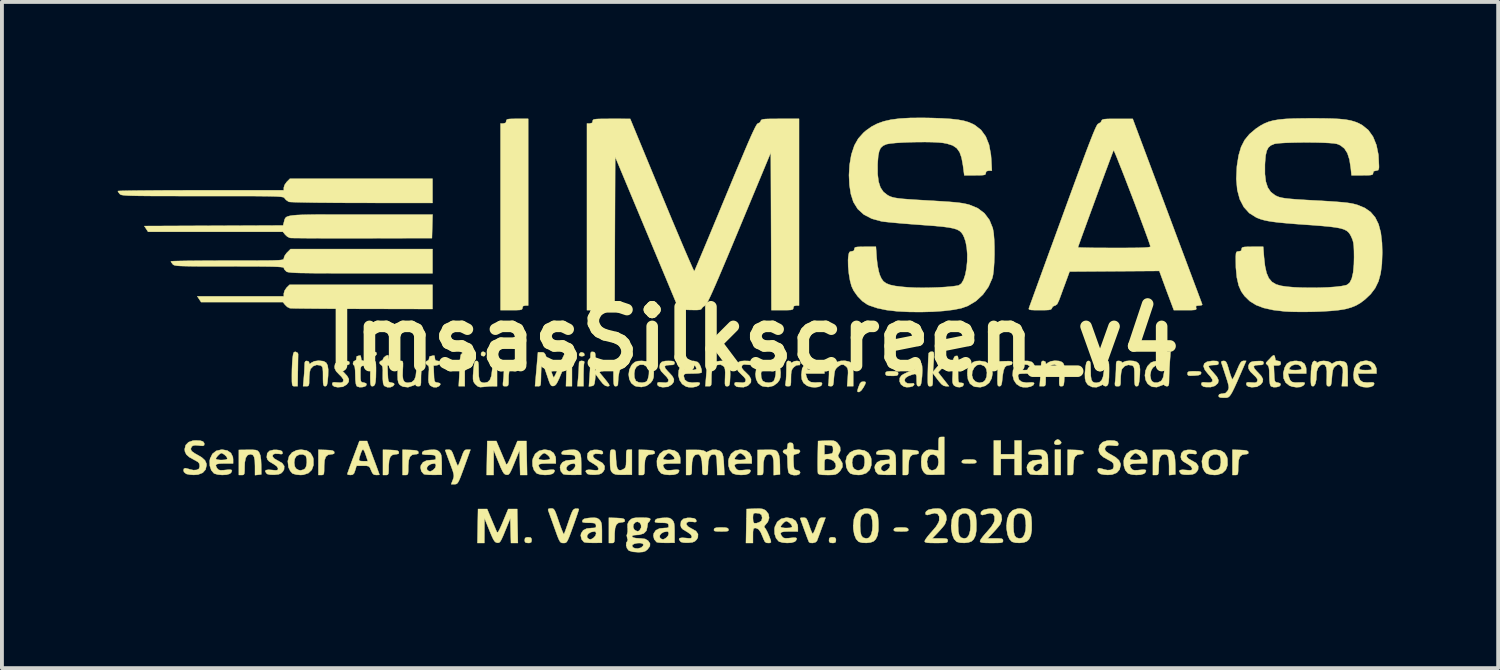
<source format=kicad_pcb>
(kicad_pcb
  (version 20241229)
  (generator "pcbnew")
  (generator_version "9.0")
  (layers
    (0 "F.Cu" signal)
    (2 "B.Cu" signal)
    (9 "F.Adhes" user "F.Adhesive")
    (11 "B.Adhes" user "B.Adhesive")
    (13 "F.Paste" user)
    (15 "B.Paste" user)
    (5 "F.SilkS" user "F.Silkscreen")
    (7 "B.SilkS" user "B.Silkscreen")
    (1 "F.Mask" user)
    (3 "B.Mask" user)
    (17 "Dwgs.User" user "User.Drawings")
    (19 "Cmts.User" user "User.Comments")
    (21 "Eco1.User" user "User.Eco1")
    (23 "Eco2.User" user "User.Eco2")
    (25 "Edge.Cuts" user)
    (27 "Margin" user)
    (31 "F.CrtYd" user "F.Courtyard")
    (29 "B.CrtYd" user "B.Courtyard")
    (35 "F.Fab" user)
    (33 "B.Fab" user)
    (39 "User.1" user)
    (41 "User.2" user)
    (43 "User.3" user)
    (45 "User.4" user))
  (footprint "ImsasSilkscreen_v4"
    (layer "F.Cu")
    (at 16.47 5.738)
    (property "Reference" "ImsasSilkscreen_v4" (at 0 0 0) (layer "F.SilkS") (effects (font (size 1.524 1.524) (thickness 0.3))))
    (attr through_hole)
    (fp_poly (pts (xy 7.979 3.526) (xy 7.829 3.526) (xy 7.829 2.869) (xy 7.979 2.869) (xy 7.979 3.526)) (stroke (width 0.01) (type solid)) (fill yes) (layer "F.SilkS"))
    (fp_poly (pts (xy -6.943 0.35) (xy -6.933 0.388) (xy -6.954 0.438) (xy -6.992 0.448) (xy -7.042 0.427) (xy -7.052 0.388) (xy -7.031 0.339) (xy -6.992 0.329) (xy -6.943 0.35)) (stroke (width 0.01) (type solid)) (fill yes) (layer "F.SilkS"))
    (fp_poly (pts (xy -6.74 0.343) (xy -6.724 0.388) (xy -6.741 0.435) (xy -6.798 0.448) (xy -6.857 0.434) (xy -6.873 0.388) (xy -6.855 0.342) (xy -6.798 0.329) (xy -6.74 0.343)) (stroke (width 0.01) (type solid)) (fill yes) (layer "F.SilkS"))
    (fp_poly (pts (xy -9.77 0.343) (xy -9.756 0.387) (xy -9.762 0.406) (xy -9.799 0.444) (xy -9.85 0.445) (xy -9.886 0.412) (xy -9.891 0.388) (xy -9.87 0.338) (xy -9.836 0.329) (xy -9.77 0.343)) (stroke (width 0.01) (type solid)) (fill yes) (layer "F.SilkS"))
    (fp_poly (pts (xy -4.385 0.366) (xy -4.369 0.396) (xy -4.376 0.436) (xy -4.429 0.448) (xy -4.438 0.448) (xy -4.495 0.438) (xy -4.507 0.401) (xy -4.507 0.396) (xy -4.473 0.353) (xy -4.438 0.344) (xy -4.385 0.366)) (stroke (width 0.01) (type solid)) (fill yes) (layer "F.SilkS"))
    (fp_poly (pts (xy 7.942 2.618) (xy 7.985 2.664) (xy 7.994 2.693) (xy 7.969 2.725) (xy 7.912 2.743) (xy 7.851 2.741) (xy 7.814 2.718) (xy 7.815 2.673) (xy 7.841 2.635) (xy 7.893 2.603) (xy 7.942 2.618)) (stroke (width 0.01) (type solid)) (fill yes) (layer "F.SilkS"))
    (fp_poly (pts (xy -5.763 5.148) (xy -5.74 5.182) (xy -5.737 5.214) (xy -5.747 5.268) (xy -5.788 5.287) (xy -5.827 5.289) (xy -5.891 5.281) (xy -5.915 5.247) (xy -5.917 5.214) (xy -5.907 5.161) (xy -5.866 5.142) (xy -5.827 5.14) (xy -5.763 5.148)) (stroke (width 0.01) (type solid)) (fill yes) (layer "F.SilkS"))
    (fp_poly (pts (xy 2.126 5.148) (xy 2.149 5.182) (xy 2.152 5.214) (xy 2.142 5.268) (xy 2.101 5.287) (xy 2.062 5.289) (xy 1.998 5.281) (xy 1.974 5.247) (xy 1.972 5.214) (xy 1.982 5.161) (xy 2.023 5.142) (xy 2.062 5.14) (xy 2.126 5.148)) (stroke (width 0.01) (type solid)) (fill yes) (layer "F.SilkS"))
    (fp_poly (pts (xy 6.425 2.988) (xy 6.783 2.988) (xy 6.783 2.63) (xy 6.963 2.63) (xy 6.963 3.526) (xy 6.783 3.526) (xy 6.783 3.108) (xy 6.425 3.108) (xy 6.425 3.526) (xy 6.245 3.526) (xy 6.245 2.63) (xy 6.425 2.63) (xy 6.425 2.988)) (stroke (width 0.01) (type solid)) (fill yes) (layer "F.SilkS"))
    (fp_poly (pts (xy 2.906 1.109) (xy 2.923 1.127) (xy 2.909 1.173) (xy 2.864 1.257) (xy 2.863 1.258) (xy 2.811 1.332) (xy 2.76 1.372) (xy 2.745 1.375) (xy 2.715 1.37) (xy 2.708 1.347) (xy 2.722 1.29) (xy 2.739 1.24) (xy 2.774 1.155) (xy 2.81 1.115) (xy 2.857 1.106) (xy 2.906 1.109)) (stroke (width 0.01) (type solid)) (fill yes) (layer "F.SilkS"))
    (fp_poly (pts (xy -0.719 4.889) (xy -0.662 4.901) (xy -0.637 4.925) (xy -0.633 4.938) (xy -0.635 4.966) (xy -0.662 4.982) (xy -0.726 4.989) (xy -0.822 4.99) (xy -0.928 4.988) (xy -0.987 4.981) (xy -1.01 4.963) (xy -1.01 4.938) (xy -0.994 4.908) (xy -0.95 4.892) (xy -0.865 4.886) (xy -0.822 4.886) (xy -0.719 4.889)) (stroke (width 0.01) (type solid)) (fill yes) (layer "F.SilkS"))
    (fp_poly (pts (xy 3.696 0.839) (xy 3.745 0.851) (xy 3.763 0.876) (xy 3.765 0.896) (xy 3.758 0.931) (xy 3.727 0.949) (xy 3.658 0.956) (xy 3.601 0.956) (xy 3.506 0.954) (xy 3.456 0.942) (xy 3.438 0.917) (xy 3.436 0.896) (xy 3.444 0.862) (xy 3.474 0.844) (xy 3.543 0.837) (xy 3.601 0.837) (xy 3.696 0.839)) (stroke (width 0.01) (type solid)) (fill yes) (layer "F.SilkS"))
    (fp_poly (pts (xy 3.943 4.889) (xy 4 4.901) (xy 4.025 4.925) (xy 4.028 4.938) (xy 4.027 4.966) (xy 4 4.982) (xy 3.935 4.989) (xy 3.84 4.99) (xy 3.733 4.988) (xy 3.675 4.981) (xy 3.652 4.963) (xy 3.651 4.938) (xy 3.668 4.908) (xy 3.712 4.892) (xy 3.797 4.886) (xy 3.84 4.886) (xy 3.943 4.889)) (stroke (width 0.01) (type solid)) (fill yes) (layer "F.SilkS"))
    (fp_poly (pts (xy 5.706 3.126) (xy 5.763 3.138) (xy 5.788 3.162) (xy 5.791 3.175) (xy 5.79 3.203) (xy 5.763 3.219) (xy 5.698 3.226) (xy 5.603 3.227) (xy 5.497 3.225) (xy 5.438 3.217) (xy 5.415 3.2) (xy 5.414 3.175) (xy 5.431 3.145) (xy 5.475 3.129) (xy 5.56 3.123) (xy 5.603 3.123) (xy 5.706 3.126)) (stroke (width 0.01) (type solid)) (fill yes) (layer "F.SilkS"))
    (fp_poly (pts (xy 11.548 0.839) (xy 11.601 0.848) (xy 11.62 0.868) (xy 11.619 0.889) (xy 11.6 0.921) (xy 11.549 0.939) (xy 11.453 0.949) (xy 11.437 0.95) (xy 11.34 0.953) (xy 11.289 0.947) (xy 11.269 0.926) (xy 11.266 0.898) (xy 11.272 0.864) (xy 11.299 0.845) (xy 11.361 0.838) (xy 11.447 0.837) (xy 11.548 0.839)) (stroke (width 0.01) (type solid)) (fill yes) (layer "F.SilkS"))
    (fp_poly (pts (xy -4.379 0.577) (xy -4.372 0.608) (xy -4.375 0.615) (xy -4.383 0.665) (xy -4.389 0.758) (xy -4.392 0.878) (xy -4.393 0.944) (xy -4.393 1.225) (xy -4.551 1.225) (xy -4.532 1.023) (xy -4.522 0.896) (xy -4.515 0.772) (xy -4.512 0.695) (xy -4.509 0.615) (xy -4.492 0.578) (xy -4.451 0.568) (xy -4.434 0.568) (xy -4.379 0.577)) (stroke (width 0.01) (type solid)) (fill yes) (layer "F.SilkS"))
    (fp_poly (pts (xy -11.064 2.877) (xy -10.953 2.884) (xy -10.889 2.896) (xy -10.86 2.918) (xy -10.853 2.936) (xy -10.86 2.974) (xy -10.909 2.988) (xy -10.93 2.988) (xy -11.016 3.003) (xy -11.073 3.052) (xy -11.105 3.143) (xy -11.116 3.283) (xy -11.116 3.312) (xy -11.117 3.423) (xy -11.123 3.487) (xy -11.139 3.517) (xy -11.169 3.526) (xy -11.191 3.526) (xy -11.266 3.526) (xy -11.266 2.871) (xy -11.064 2.877)) (stroke (width 0.01) (type solid)) (fill yes) (layer "F.SilkS"))
    (fp_poly (pts (xy -9.801 0.573) (xy -9.784 0.597) (xy -9.775 0.651) (xy -9.772 0.747) (xy -9.772 0.829) (xy -9.775 0.995) (xy -9.784 1.109) (xy -9.801 1.18) (xy -9.829 1.216) (xy -9.865 1.225) (xy -9.892 1.22) (xy -9.908 1.196) (xy -9.917 1.142) (xy -9.92 1.046) (xy -9.921 0.964) (xy -9.918 0.798) (xy -9.909 0.684) (xy -9.891 0.613) (xy -9.864 0.577) (xy -9.828 0.568) (xy -9.801 0.573)) (stroke (width 0.01) (type solid)) (fill yes) (layer "F.SilkS"))
    (fp_poly (pts (xy -9.391 2.877) (xy -9.28 2.884) (xy -9.216 2.896) (xy -9.186 2.918) (xy -9.18 2.936) (xy -9.186 2.974) (xy -9.236 2.988) (xy -9.257 2.988) (xy -9.342 3.003) (xy -9.399 3.052) (xy -9.431 3.143) (xy -9.443 3.283) (xy -9.443 3.312) (xy -9.444 3.423) (xy -9.45 3.487) (xy -9.466 3.517) (xy -9.495 3.526) (xy -9.518 3.526) (xy -9.592 3.526) (xy -9.592 2.871) (xy -9.391 2.877)) (stroke (width 0.01) (type solid)) (fill yes) (layer "F.SilkS"))
    (fp_poly (pts (xy -8.883 2.877) (xy -8.772 2.884) (xy -8.708 2.896) (xy -8.678 2.918) (xy -8.672 2.936) (xy -8.678 2.974) (xy -8.728 2.988) (xy -8.749 2.988) (xy -8.834 3.003) (xy -8.891 3.052) (xy -8.923 3.143) (xy -8.935 3.283) (xy -8.935 3.312) (xy -8.936 3.423) (xy -8.942 3.487) (xy -8.958 3.517) (xy -8.987 3.526) (xy -9.01 3.526) (xy -9.084 3.526) (xy -9.084 2.871) (xy -8.883 2.877)) (stroke (width 0.01) (type solid)) (fill yes) (layer "F.SilkS"))
    (fp_poly (pts (xy -5.827 -0.867) (xy -5.902 -0.867) (xy -5.96 -0.853) (xy -5.976 -0.807) (xy -5.981 -0.779) (xy -6.001 -0.762) (xy -6.048 -0.752) (xy -6.134 -0.748) (xy -6.26 -0.747) (xy -6.544 -0.747) (xy -6.544 -5.588) (xy -6.47 -5.588) (xy -6.411 -5.602) (xy -6.395 -5.648) (xy -6.391 -5.676) (xy -6.37 -5.693) (xy -6.323 -5.703) (xy -6.238 -5.707) (xy -6.111 -5.708) (xy -5.827 -5.708) (xy -5.827 -0.867)) (stroke (width 0.01) (type solid)) (fill yes) (layer "F.SilkS"))
    (fp_poly (pts (xy -3.534 4.64) (xy -3.423 4.647) (xy -3.359 4.659) (xy -3.329 4.681) (xy -3.323 4.699) (xy -3.33 4.737) (xy -3.379 4.751) (xy -3.4 4.751) (xy -3.485 4.766) (xy -3.542 4.815) (xy -3.574 4.906) (xy -3.586 5.046) (xy -3.586 5.075) (xy -3.587 5.186) (xy -3.593 5.25) (xy -3.609 5.28) (xy -3.638 5.289) (xy -3.661 5.289) (xy -3.735 5.289) (xy -3.735 4.634) (xy -3.534 4.64)) (stroke (width 0.01) (type solid)) (fill yes) (layer "F.SilkS"))
    (fp_poly (pts (xy -2.757 2.877) (xy -2.646 2.884) (xy -2.582 2.896) (xy -2.552 2.918) (xy -2.546 2.936) (xy -2.553 2.974) (xy -2.602 2.988) (xy -2.623 2.988) (xy -2.709 3.003) (xy -2.765 3.052) (xy -2.797 3.143) (xy -2.809 3.283) (xy -2.809 3.312) (xy -2.81 3.423) (xy -2.816 3.487) (xy -2.832 3.517) (xy -2.861 3.526) (xy -2.884 3.526) (xy -2.958 3.526) (xy -2.958 2.871) (xy -2.757 2.877)) (stroke (width 0.01) (type solid)) (fill yes) (layer "F.SilkS"))
    (fp_poly (pts (xy 4.086 2.877) (xy 4.197 2.884) (xy 4.261 2.896) (xy 4.291 2.918) (xy 4.297 2.936) (xy 4.29 2.974) (xy 4.241 2.988) (xy 4.22 2.988) (xy 4.135 3.003) (xy 4.078 3.052) (xy 4.046 3.143) (xy 4.034 3.283) (xy 4.034 3.312) (xy 4.033 3.423) (xy 4.027 3.487) (xy 4.011 3.517) (xy 3.982 3.526) (xy 3.959 3.526) (xy 3.885 3.526) (xy 3.885 2.871) (xy 4.086 2.877)) (stroke (width 0.01) (type solid)) (fill yes) (layer "F.SilkS"))
    (fp_poly (pts (xy 8.359 2.877) (xy 8.47 2.884) (xy 8.534 2.896) (xy 8.564 2.918) (xy 8.571 2.936) (xy 8.564 2.974) (xy 8.514 2.988) (xy 8.493 2.988) (xy 8.408 3.003) (xy 8.351 3.052) (xy 8.319 3.143) (xy 8.308 3.283) (xy 8.307 3.312) (xy 8.306 3.423) (xy 8.3 3.487) (xy 8.285 3.517) (xy 8.255 3.526) (xy 8.233 3.526) (xy 8.158 3.526) (xy 8.158 2.871) (xy 8.359 2.877)) (stroke (width 0.01) (type solid)) (fill yes) (layer "F.SilkS"))
    (fp_poly (pts (xy 12.632 2.877) (xy 12.743 2.884) (xy 12.807 2.896) (xy 12.837 2.918) (xy 12.844 2.936) (xy 12.837 2.974) (xy 12.787 2.988) (xy 12.767 2.988) (xy 12.681 3.003) (xy 12.624 3.052) (xy 12.592 3.143) (xy 12.581 3.283) (xy 12.58 3.312) (xy 12.579 3.423) (xy 12.573 3.487) (xy 12.558 3.517) (xy 12.528 3.526) (xy 12.506 3.526) (xy 12.431 3.526) (xy 12.431 2.871) (xy 12.632 2.877)) (stroke (width 0.01) (type solid)) (fill yes) (layer "F.SilkS"))
    (fp_poly (pts (xy -11.851 0.335) (xy -11.8 0.363) (xy -11.791 0.396) (xy -11.792 0.445) (xy -11.794 0.54) (xy -11.796 0.668) (xy -11.798 0.817) (xy -11.799 0.837) (xy -11.804 1.225) (xy -11.878 1.225) (xy -11.912 1.223) (xy -11.934 1.21) (xy -11.946 1.175) (xy -11.952 1.107) (xy -11.953 0.994) (xy -11.953 0.934) (xy -11.951 0.786) (xy -11.945 0.639) (xy -11.937 0.52) (xy -11.933 0.484) (xy -11.919 0.392) (xy -11.902 0.346) (xy -11.872 0.333) (xy -11.851 0.335)) (stroke (width 0.01) (type solid)) (fill yes) (layer "F.SilkS"))
    (fp_poly (pts (xy -3.316 0.575) (xy -3.257 0.583) (xy -3.232 0.602) (xy -3.227 0.626) (xy -3.248 0.669) (xy -3.304 0.68) (xy -3.374 0.691) (xy -3.411 0.71) (xy -3.442 0.768) (xy -3.469 0.867) (xy -3.489 0.986) (xy -3.496 1.098) (xy -3.5 1.179) (xy -3.519 1.217) (xy -3.556 1.225) (xy -3.582 1.221) (xy -3.599 1.203) (xy -3.609 1.16) (xy -3.614 1.081) (xy -3.616 0.957) (xy -3.616 0.9) (xy -3.616 0.574) (xy -3.422 0.573) (xy -3.316 0.575)) (stroke (width 0.01) (type solid)) (fill yes) (layer "F.SilkS"))
    (fp_poly (pts (xy -8.307 -0.777) (xy -10.123 -0.781) (xy -10.448 -0.782) (xy -10.757 -0.783) (xy -11.044 -0.785) (xy -11.304 -0.787) (xy -11.531 -0.789) (xy -11.72 -0.791) (xy -11.866 -0.793) (xy -11.962 -0.796) (xy -12.004 -0.798) (xy -12.005 -0.798) (xy -12.071 -0.83) (xy -12.128 -0.884) (xy -12.186 -0.956) (xy -14.307 -0.956) (xy -14.405 -1.106) (xy -12.162 -1.106) (xy -12.162 -1.182) (xy -12.141 -1.255) (xy -12.091 -1.328) (xy -12.089 -1.331) (xy -12.015 -1.404) (xy -8.307 -1.404) (xy -8.307 -0.777)) (stroke (width 0.01) (type solid)) (fill yes) (layer "F.SilkS"))
    (fp_poly (pts (xy 6.696 0.581) (xy 6.72 0.599) (xy 6.724 0.624) (xy 6.705 0.667) (xy 6.644 0.68) (xy 6.576 0.693) (xy 6.528 0.737) (xy 6.495 0.822) (xy 6.473 0.956) (xy 6.468 1.004) (xy 6.456 1.118) (xy 6.441 1.186) (xy 6.421 1.217) (xy 6.391 1.225) (xy 6.39 1.225) (xy 6.365 1.221) (xy 6.349 1.202) (xy 6.341 1.157) (xy 6.338 1.077) (xy 6.34 0.95) (xy 6.342 0.904) (xy 6.35 0.583) (xy 6.537 0.576) (xy 6.64 0.574) (xy 6.696 0.581)) (stroke (width 0.01) (type solid)) (fill yes) (layer "F.SilkS"))
    (fp_poly (pts (xy -12.893 2.879) (xy -12.847 2.894) (xy -12.816 2.923) (xy -12.8 2.946) (xy -12.771 3.018) (xy -12.754 3.131) (xy -12.748 3.266) (xy -12.745 3.511) (xy -12.827 3.521) (xy -12.909 3.53) (xy -12.909 3.295) (xy -12.914 3.151) (xy -12.932 3.058) (xy -12.965 3.007) (xy -13.018 2.989) (xy -13.03 2.988) (xy -13.102 3.011) (xy -13.149 3.081) (xy -13.174 3.202) (xy -13.178 3.312) (xy -13.179 3.423) (xy -13.185 3.487) (xy -13.201 3.517) (xy -13.231 3.526) (xy -13.253 3.526) (xy -13.328 3.526) (xy -13.328 2.876) (xy -13.089 2.873) (xy -12.968 2.873) (xy -12.893 2.879)) (stroke (width 0.01) (type solid)) (fill yes) (layer "F.SilkS"))
    (fp_poly (pts (xy 0.554 2.879) (xy 0.6 2.894) (xy 0.631 2.923) (xy 0.647 2.946) (xy 0.677 3.018) (xy 0.694 3.131) (xy 0.699 3.266) (xy 0.702 3.511) (xy 0.62 3.521) (xy 0.538 3.53) (xy 0.538 3.295) (xy 0.533 3.151) (xy 0.515 3.058) (xy 0.482 3.007) (xy 0.429 2.989) (xy 0.417 2.988) (xy 0.345 3.011) (xy 0.298 3.081) (xy 0.273 3.202) (xy 0.269 3.312) (xy 0.268 3.423) (xy 0.262 3.487) (xy 0.246 3.517) (xy 0.216 3.526) (xy 0.194 3.526) (xy 0.12 3.526) (xy 0.12 2.876) (xy 0.358 2.873) (xy 0.479 2.873) (xy 0.554 2.879)) (stroke (width 0.01) (type solid)) (fill yes) (layer "F.SilkS"))
    (fp_poly (pts (xy 10.804 2.879) (xy 10.85 2.894) (xy 10.88 2.923) (xy 10.896 2.946) (xy 10.926 3.018) (xy 10.943 3.131) (xy 10.949 3.266) (xy 10.952 3.511) (xy 10.87 3.521) (xy 10.788 3.53) (xy 10.788 3.295) (xy 10.782 3.151) (xy 10.765 3.058) (xy 10.731 3.007) (xy 10.679 2.989) (xy 10.667 2.988) (xy 10.595 3.011) (xy 10.548 3.081) (xy 10.523 3.202) (xy 10.519 3.312) (xy 10.518 3.423) (xy 10.511 3.487) (xy 10.496 3.517) (xy 10.466 3.526) (xy 10.444 3.526) (xy 10.369 3.526) (xy 10.369 2.876) (xy 10.608 2.873) (xy 10.728 2.873) (xy 10.804 2.879)) (stroke (width 0.01) (type solid)) (fill yes) (layer "F.SilkS"))
    (fp_poly (pts (xy -6.117 0.579) (xy -6.096 0.618) (xy -6.096 0.629) (xy -6.111 0.676) (xy -6.133 0.685) (xy -6.22 0.689) (xy -6.28 0.73) (xy -6.317 0.815) (xy -6.333 0.949) (xy -6.335 1.032) (xy -6.336 1.136) (xy -6.344 1.194) (xy -6.363 1.219) (xy -6.399 1.225) (xy -6.414 1.225) (xy -6.461 1.222) (xy -6.481 1.201) (xy -6.481 1.146) (xy -6.474 1.087) (xy -6.463 0.977) (xy -6.456 0.844) (xy -6.455 0.758) (xy -6.453 0.654) (xy -6.444 0.597) (xy -6.425 0.572) (xy -6.395 0.568) (xy -6.346 0.583) (xy -6.335 0.604) (xy -6.326 0.624) (xy -6.299 0.604) (xy -6.244 0.577) (xy -6.18 0.568) (xy -6.117 0.579)) (stroke (width 0.01) (type solid)) (fill yes) (layer "F.SilkS"))
    (fp_poly (pts (xy 1.204 0.578) (xy 1.225 0.618) (xy 1.225 0.631) (xy 1.213 0.676) (xy 1.179 0.676) (xy 1.124 0.683) (xy 1.059 0.731) (xy 1.02 0.778) (xy 0.998 0.833) (xy 0.988 0.913) (xy 0.986 1.015) (xy 0.985 1.124) (xy 0.979 1.187) (xy 0.963 1.216) (xy 0.932 1.225) (xy 0.908 1.225) (xy 0.855 1.219) (xy 0.84 1.189) (xy 0.848 1.132) (xy 0.857 1.056) (xy 0.864 0.944) (xy 0.867 0.817) (xy 0.867 0.803) (xy 0.868 0.685) (xy 0.874 0.615) (xy 0.887 0.58) (xy 0.912 0.568) (xy 0.926 0.568) (xy 0.975 0.583) (xy 0.986 0.604) (xy 0.995 0.624) (xy 1.022 0.604) (xy 1.077 0.577) (xy 1.142 0.568) (xy 1.204 0.578)) (stroke (width 0.01) (type solid)) (fill yes) (layer "F.SilkS"))
    (fp_poly (pts (xy -10.152 -3.227) (xy -8.305 -3.227) (xy -8.322 -2.615) (xy -10.13 -2.611) (xy -10.455 -2.611) (xy -10.763 -2.611) (xy -11.05 -2.611) (xy -11.309 -2.612) (xy -11.535 -2.613) (xy -11.723 -2.615) (xy -11.868 -2.616) (xy -11.963 -2.618) (xy -12.005 -2.621) (xy -12.005 -2.621) (xy -12.071 -2.653) (xy -12.128 -2.706) (xy -12.186 -2.779) (xy -15.681 -2.779) (xy -15.779 -2.928) (xy -12.181 -2.943) (xy -12.156 -3.039) (xy -12.147 -3.077) (xy -12.137 -3.109) (xy -12.122 -3.136) (xy -12.099 -3.159) (xy -12.061 -3.177) (xy -12.006 -3.192) (xy -11.928 -3.204) (xy -11.824 -3.213) (xy -11.689 -3.219) (xy -11.519 -3.223) (xy -11.308 -3.226) (xy -11.054 -3.227) (xy -10.751 -3.227) (xy -10.396 -3.227) (xy -10.152 -3.227)) (stroke (width 0.01) (type solid)) (fill yes) (layer "F.SilkS"))
    (fp_poly (pts (xy -7.312 0.332) (xy -7.272 0.349) (xy -7.262 0.384) (xy -7.261 0.392) (xy -7.273 0.437) (xy -7.31 0.436) (xy -7.386 0.428) (xy -7.447 0.457) (xy -7.471 0.51) (xy -7.456 0.552) (xy -7.402 0.567) (xy -7.379 0.568) (xy -7.314 0.576) (xy -7.295 0.604) (xy -7.297 0.62) (xy -7.333 0.665) (xy -7.389 0.682) (xy -7.471 0.691) (xy -7.471 1.225) (xy -7.628 1.225) (xy -7.613 0.958) (xy -7.607 0.824) (xy -7.61 0.738) (xy -7.621 0.692) (xy -7.639 0.675) (xy -7.674 0.641) (xy -7.675 0.596) (xy -7.644 0.569) (xy -7.635 0.568) (xy -7.598 0.543) (xy -7.59 0.506) (xy -7.573 0.407) (xy -7.517 0.35) (xy -7.417 0.329) (xy -7.395 0.329) (xy -7.312 0.332)) (stroke (width 0.01) (type solid)) (fill yes) (layer "F.SilkS"))
    (fp_poly (pts (xy -6.778 4.677) (xy -6.726 4.799) (xy -6.681 4.905) (xy -6.649 4.98) (xy -6.64 5.002) (xy -6.625 5.016) (xy -6.602 4.996) (xy -6.568 4.934) (xy -6.519 4.827) (xy -6.48 4.734) (xy -6.344 4.408) (xy -6.111 4.408) (xy -6.103 4.848) (xy -6.094 5.289) (xy -6.273 5.289) (xy -6.282 4.969) (xy -6.29 4.65) (xy -6.422 4.971) (xy -6.479 5.109) (xy -6.521 5.2) (xy -6.553 5.254) (xy -6.581 5.279) (xy -6.612 5.285) (xy -6.629 5.283) (xy -6.665 5.273) (xy -6.698 5.245) (xy -6.733 5.19) (xy -6.776 5.098) (xy -6.833 4.96) (xy -6.96 4.647) (xy -6.961 4.968) (xy -6.963 5.289) (xy -7.143 5.289) (xy -7.135 4.848) (xy -7.127 4.408) (xy -6.891 4.408) (xy -6.778 4.677)) (stroke (width 0.01) (type solid)) (fill yes) (layer "F.SilkS"))
    (fp_poly (pts (xy -6.539 2.914) (xy -6.487 3.036) (xy -6.442 3.142) (xy -6.41 3.217) (xy -6.401 3.239) (xy -6.386 3.253) (xy -6.363 3.233) (xy -6.329 3.171) (xy -6.28 3.064) (xy -6.241 2.97) (xy -6.105 2.645) (xy -5.872 2.645) (xy -5.864 3.085) (xy -5.855 3.526) (xy -6.034 3.526) (xy -6.043 3.206) (xy -6.051 2.887) (xy -6.183 3.208) (xy -6.24 3.346) (xy -6.282 3.437) (xy -6.314 3.491) (xy -6.342 3.516) (xy -6.373 3.522) (xy -6.39 3.52) (xy -6.426 3.51) (xy -6.459 3.482) (xy -6.493 3.427) (xy -6.537 3.335) (xy -6.594 3.197) (xy -6.721 2.884) (xy -6.722 3.205) (xy -6.724 3.526) (xy -6.904 3.526) (xy -6.896 3.085) (xy -6.888 2.645) (xy -6.652 2.645) (xy -6.539 2.914)) (stroke (width 0.01) (type solid)) (fill yes) (layer "F.SilkS"))
    (fp_poly (pts (xy 12.022 0.572) (xy 12.062 0.588) (xy 12.072 0.623) (xy 12.061 0.658) (xy 12.019 0.673) (xy 11.948 0.675) (xy 11.869 0.68) (xy 11.82 0.697) (xy 11.813 0.704) (xy 11.827 0.74) (xy 11.874 0.803) (xy 11.937 0.873) (xy 12.03 0.982) (xy 12.07 1.071) (xy 12.056 1.144) (xy 11.989 1.205) (xy 11.962 1.221) (xy 11.863 1.248) (xy 11.74 1.246) (xy 11.677 1.234) (xy 11.632 1.197) (xy 11.624 1.167) (xy 11.633 1.134) (xy 11.668 1.122) (xy 11.745 1.127) (xy 11.758 1.128) (xy 11.861 1.129) (xy 11.912 1.102) (xy 11.909 1.048) (xy 11.854 0.966) (xy 11.808 0.916) (xy 11.717 0.803) (xy 11.681 0.709) (xy 11.701 0.637) (xy 11.774 0.589) (xy 11.901 0.569) (xy 11.936 0.568) (xy 12.022 0.572)) (stroke (width 0.01) (type solid)) (fill yes) (layer "F.SilkS"))
    (fp_poly (pts (xy 13.526 0.436) (xy 13.537 0.493) (xy 13.549 0.55) (xy 13.598 0.567) (xy 13.611 0.568) (xy 13.67 0.582) (xy 13.686 0.628) (xy 13.672 0.671) (xy 13.621 0.687) (xy 13.595 0.687) (xy 13.504 0.687) (xy 13.513 0.904) (xy 13.519 1.016) (xy 13.528 1.081) (xy 13.546 1.114) (xy 13.578 1.126) (xy 13.606 1.13) (xy 13.668 1.149) (xy 13.68 1.19) (xy 13.647 1.227) (xy 13.579 1.247) (xy 13.501 1.25) (xy 13.437 1.23) (xy 13.425 1.221) (xy 13.403 1.167) (xy 13.391 1.063) (xy 13.387 0.946) (xy 13.385 0.82) (xy 13.375 0.739) (xy 13.356 0.692) (xy 13.335 0.67) (xy 13.301 0.639) (xy 13.308 0.609) (xy 13.342 0.571) (xy 13.402 0.509) (xy 13.441 0.465) (xy 13.492 0.422) (xy 13.526 0.436)) (stroke (width 0.01) (type solid)) (fill yes) (layer "F.SilkS"))
    (fp_poly (pts (xy -10.51 0.572) (xy -10.469 0.588) (xy -10.459 0.623) (xy -10.47 0.658) (xy -10.513 0.673) (xy -10.583 0.675) (xy -10.675 0.682) (xy -10.714 0.71) (xy -10.699 0.761) (xy -10.633 0.839) (xy -10.613 0.858) (xy -10.52 0.959) (xy -10.476 1.04) (xy -10.48 1.11) (xy -10.53 1.179) (xy -10.53 1.18) (xy -10.632 1.24) (xy -10.765 1.251) (xy -10.855 1.234) (xy -10.899 1.197) (xy -10.907 1.167) (xy -10.899 1.134) (xy -10.863 1.122) (xy -10.787 1.127) (xy -10.773 1.128) (xy -10.686 1.133) (xy -10.639 1.12) (xy -10.619 1.091) (xy -10.622 1.043) (xy -10.668 0.979) (xy -10.723 0.924) (xy -10.804 0.839) (xy -10.841 0.767) (xy -10.847 0.719) (xy -10.83 0.641) (xy -10.773 0.593) (xy -10.671 0.571) (xy -10.595 0.568) (xy -10.51 0.572)) (stroke (width 0.01) (type solid)) (fill yes) (layer "F.SilkS"))
    (fp_poly (pts (xy -3.138 3.519) (xy -3.363 3.521) (xy -3.486 3.52) (xy -3.566 3.51) (xy -3.618 3.489) (xy -3.647 3.465) (xy -3.676 3.427) (xy -3.693 3.375) (xy -3.702 3.294) (xy -3.705 3.171) (xy -3.705 3.138) (xy -3.705 3.01) (xy -3.701 2.931) (xy -3.69 2.889) (xy -3.67 2.872) (xy -3.637 2.869) (xy -3.632 2.869) (xy -3.596 2.872) (xy -3.573 2.889) (xy -3.561 2.931) (xy -3.554 3.012) (xy -3.55 3.112) (xy -3.539 3.26) (xy -3.516 3.355) (xy -3.478 3.4) (xy -3.42 3.402) (xy -3.364 3.378) (xy -3.325 3.353) (xy -3.302 3.32) (xy -3.291 3.265) (xy -3.287 3.173) (xy -3.287 3.103) (xy -3.286 2.986) (xy -3.281 2.916) (xy -3.268 2.882) (xy -3.242 2.87) (xy -3.212 2.869) (xy -3.138 2.869) (xy -3.138 3.519)) (stroke (width 0.01) (type solid)) (fill yes) (layer "F.SilkS"))
    (fp_poly (pts (xy 1.78 4.908) (xy 1.735 5.033) (xy 1.695 5.14) (xy 1.667 5.215) (xy 1.658 5.237) (xy 1.618 5.272) (xy 1.55 5.289) (xy 1.484 5.285) (xy 1.452 5.264) (xy 1.437 5.228) (xy 1.407 5.152) (xy 1.369 5.049) (xy 1.327 4.935) (xy 1.286 4.822) (xy 1.252 4.727) (xy 1.23 4.662) (xy 1.225 4.643) (xy 1.251 4.635) (xy 1.309 4.632) (xy 1.354 4.636) (xy 1.386 4.658) (xy 1.414 4.71) (xy 1.448 4.803) (xy 1.46 4.841) (xy 1.496 4.942) (xy 1.527 5.016) (xy 1.549 5.05) (xy 1.551 5.05) (xy 1.571 5.024) (xy 1.603 4.955) (xy 1.64 4.857) (xy 1.646 4.841) (xy 1.684 4.733) (xy 1.715 4.67) (xy 1.746 4.641) (xy 1.786 4.632) (xy 1.799 4.632) (xy 1.882 4.632) (xy 1.78 4.908)) (stroke (width 0.01) (type solid)) (fill yes) (layer "F.SilkS"))
    (fp_poly (pts (xy -2.097 0.571) (xy -2.049 0.584) (xy -2.033 0.61) (xy -2.032 0.623) (xy -2.043 0.658) (xy -2.086 0.673) (xy -2.156 0.675) (xy -2.248 0.682) (xy -2.287 0.71) (xy -2.273 0.761) (xy -2.206 0.839) (xy -2.186 0.858) (xy -2.093 0.959) (xy -2.049 1.04) (xy -2.053 1.11) (xy -2.103 1.179) (xy -2.103 1.18) (xy -2.205 1.24) (xy -2.338 1.251) (xy -2.428 1.234) (xy -2.472 1.197) (xy -2.48 1.167) (xy -2.472 1.134) (xy -2.437 1.122) (xy -2.36 1.127) (xy -2.346 1.128) (xy -2.259 1.133) (xy -2.213 1.12) (xy -2.192 1.091) (xy -2.195 1.043) (xy -2.241 0.979) (xy -2.296 0.924) (xy -2.379 0.835) (xy -2.416 0.76) (xy -2.42 0.724) (xy -2.407 0.643) (xy -2.362 0.594) (xy -2.275 0.571) (xy -2.19 0.568) (xy -2.097 0.571)) (stroke (width 0.01) (type solid)) (fill yes) (layer "F.SilkS"))
    (fp_poly (pts (xy 6.026 0.591) (xy 6.132 0.656) (xy 6.195 0.759) (xy 6.211 0.893) (xy 6.188 1.02) (xy 6.125 1.135) (xy 6.024 1.214) (xy 5.899 1.251) (xy 5.762 1.24) (xy 5.718 1.225) (xy 5.627 1.159) (xy 5.574 1.046) (xy 5.563 0.944) (xy 5.678 0.944) (xy 5.707 1.038) (xy 5.77 1.106) (xy 5.862 1.135) (xy 5.872 1.136) (xy 5.967 1.116) (xy 6.02 1.069) (xy 6.058 0.978) (xy 6.067 0.872) (xy 6.049 0.774) (xy 6.003 0.707) (xy 6 0.704) (xy 5.9 0.661) (xy 5.808 0.677) (xy 5.74 0.736) (xy 5.687 0.839) (xy 5.678 0.944) (xy 5.563 0.944) (xy 5.558 0.902) (xy 5.563 0.8) (xy 5.585 0.73) (xy 5.632 0.669) (xy 5.645 0.655) (xy 5.713 0.599) (xy 5.784 0.574) (xy 5.88 0.568) (xy 6.026 0.591)) (stroke (width 0.01) (type solid)) (fill yes) (layer "F.SilkS"))
    (fp_poly (pts (xy -11.571 2.891) (xy -11.468 2.956) (xy -11.407 3.064) (xy -11.395 3.114) (xy -11.393 3.27) (xy -11.437 3.393) (xy -11.526 3.478) (xy -11.656 3.521) (xy -11.727 3.526) (xy -11.839 3.516) (xy -11.927 3.491) (xy -11.945 3.48) (xy -11.996 3.421) (xy -12.037 3.336) (xy -12.042 3.32) (xy -12.055 3.205) (xy -11.893 3.205) (xy -11.879 3.301) (xy -11.846 3.36) (xy -11.779 3.398) (xy -11.729 3.407) (xy -11.652 3.387) (xy -11.611 3.36) (xy -11.58 3.297) (xy -11.566 3.206) (xy -11.569 3.11) (xy -11.59 3.038) (xy -11.6 3.024) (xy -11.669 2.992) (xy -11.757 2.996) (xy -11.836 3.035) (xy -11.839 3.038) (xy -11.879 3.108) (xy -11.893 3.205) (xy -12.055 3.205) (xy -12.059 3.166) (xy -12.026 3.038) (xy -11.947 2.941) (xy -11.828 2.883) (xy -11.713 2.869) (xy -11.571 2.891)) (stroke (width 0.01) (type solid)) (fill yes) (layer "F.SilkS"))
    (fp_poly (pts (xy -9.447 0.444) (xy -9.443 0.493) (xy -9.43 0.55) (xy -9.382 0.567) (xy -9.368 0.568) (xy -9.31 0.582) (xy -9.293 0.628) (xy -9.307 0.671) (xy -9.359 0.687) (xy -9.384 0.687) (xy -9.475 0.687) (xy -9.467 0.904) (xy -9.461 1.016) (xy -9.452 1.081) (xy -9.434 1.114) (xy -9.402 1.126) (xy -9.376 1.13) (xy -9.309 1.147) (xy -9.298 1.179) (xy -9.329 1.219) (xy -9.396 1.25) (xy -9.481 1.25) (xy -9.553 1.219) (xy -9.564 1.208) (xy -9.588 1.145) (xy -9.597 1.027) (xy -9.597 0.928) (xy -9.595 0.805) (xy -9.602 0.73) (xy -9.617 0.69) (xy -9.636 0.677) (xy -9.674 0.642) (xy -9.679 0.598) (xy -9.65 0.569) (xy -9.637 0.568) (xy -9.597 0.544) (xy -9.592 0.524) (xy -9.568 0.48) (xy -9.515 0.437) (xy -9.46 0.418) (xy -9.447 0.444)) (stroke (width 0.01) (type solid)) (fill yes) (layer "F.SilkS"))
    (fp_poly (pts (xy 2.893 2.891) (xy 2.995 2.956) (xy 3.056 3.064) (xy 3.068 3.114) (xy 3.07 3.27) (xy 3.026 3.393) (xy 2.937 3.478) (xy 2.808 3.521) (xy 2.737 3.526) (xy 2.624 3.516) (xy 2.536 3.491) (xy 2.518 3.48) (xy 2.467 3.421) (xy 2.426 3.336) (xy 2.421 3.32) (xy 2.408 3.205) (xy 2.57 3.205) (xy 2.584 3.301) (xy 2.617 3.36) (xy 2.684 3.398) (xy 2.734 3.407) (xy 2.811 3.387) (xy 2.852 3.36) (xy 2.883 3.297) (xy 2.897 3.206) (xy 2.894 3.11) (xy 2.873 3.038) (xy 2.863 3.024) (xy 2.794 2.992) (xy 2.706 2.996) (xy 2.627 3.035) (xy 2.625 3.038) (xy 2.584 3.108) (xy 2.57 3.205) (xy 2.408 3.205) (xy 2.404 3.166) (xy 2.437 3.038) (xy 2.516 2.941) (xy 2.635 2.883) (xy 2.75 2.869) (xy 2.893 2.891)) (stroke (width 0.01) (type solid)) (fill yes) (layer "F.SilkS"))
    (fp_poly (pts (xy 12.126 2.891) (xy 12.229 2.956) (xy 12.29 3.064) (xy 12.301 3.114) (xy 12.304 3.27) (xy 12.259 3.393) (xy 12.171 3.478) (xy 12.041 3.521) (xy 11.97 3.526) (xy 11.858 3.516) (xy 11.77 3.491) (xy 11.751 3.48) (xy 11.7 3.421) (xy 11.66 3.336) (xy 11.655 3.32) (xy 11.642 3.205) (xy 11.804 3.205) (xy 11.817 3.301) (xy 11.85 3.36) (xy 11.918 3.398) (xy 11.968 3.407) (xy 12.044 3.387) (xy 12.085 3.36) (xy 12.116 3.297) (xy 12.131 3.206) (xy 12.128 3.11) (xy 12.107 3.038) (xy 12.096 3.024) (xy 12.027 2.992) (xy 11.94 2.996) (xy 11.861 3.035) (xy 11.858 3.038) (xy 11.818 3.108) (xy 11.804 3.205) (xy 11.642 3.205) (xy 11.638 3.166) (xy 11.671 3.038) (xy 11.75 2.941) (xy 11.869 2.883) (xy 11.983 2.869) (xy 12.126 2.891)) (stroke (width 0.01) (type solid)) (fill yes) (layer "F.SilkS"))
    (fp_poly (pts (xy 13.216 0.578) (xy 13.235 0.599) (xy 13.238 0.621) (xy 13.227 0.657) (xy 13.186 0.673) (xy 13.114 0.675) (xy 13.022 0.682) (xy 12.983 0.71) (xy 12.997 0.761) (xy 13.064 0.839) (xy 13.084 0.858) (xy 13.177 0.959) (xy 13.221 1.04) (xy 13.216 1.11) (xy 13.167 1.179) (xy 13.166 1.18) (xy 13.065 1.24) (xy 12.932 1.251) (xy 12.842 1.234) (xy 12.797 1.197) (xy 12.79 1.167) (xy 12.798 1.134) (xy 12.833 1.122) (xy 12.91 1.127) (xy 12.924 1.128) (xy 13.011 1.133) (xy 13.057 1.121) (xy 13.078 1.089) (xy 13.077 1.039) (xy 13.031 0.978) (xy 12.994 0.943) (xy 12.897 0.848) (xy 12.849 0.77) (xy 12.844 0.699) (xy 12.86 0.656) (xy 12.889 0.613) (xy 12.935 0.589) (xy 13.016 0.577) (xy 13.067 0.574) (xy 13.164 0.571) (xy 13.216 0.578)) (stroke (width 0.01) (type solid)) (fill yes) (layer "F.SilkS"))
    (fp_poly (pts (xy -4.147 0.334) (xy -4.113 0.342) (xy -4.094 0.364) (xy -4.086 0.412) (xy -4.085 0.498) (xy -4.088 0.583) (xy -4.096 0.822) (xy -3.974 0.695) (xy -3.872 0.605) (xy -3.788 0.569) (xy -3.775 0.568) (xy -3.736 0.57) (xy -3.725 0.583) (xy -3.746 0.617) (xy -3.802 0.68) (xy -3.838 0.718) (xy -3.978 0.868) (xy -3.862 1.009) (xy -3.781 1.11) (xy -3.735 1.173) (xy -3.721 1.208) (xy -3.736 1.222) (xy -3.776 1.225) (xy -3.832 1.209) (xy -3.895 1.155) (xy -3.964 1.069) (xy -4.079 0.912) (xy -4.094 1.061) (xy -4.107 1.152) (xy -4.127 1.198) (xy -4.165 1.218) (xy -4.181 1.22) (xy -4.253 1.231) (xy -4.233 0.954) (xy -4.224 0.805) (xy -4.217 0.654) (xy -4.214 0.528) (xy -4.213 0.501) (xy -4.212 0.403) (xy -4.203 0.351) (xy -4.183 0.333) (xy -4.147 0.334)) (stroke (width 0.01) (type solid)) (fill yes) (layer "F.SilkS"))
    (fp_poly (pts (xy -0.098 0.571) (xy -0.049 0.582) (xy -0.031 0.607) (xy -0.03 0.625) (xy -0.038 0.66) (xy -0.073 0.672) (xy -0.149 0.666) (xy -0.23 0.66) (xy -0.273 0.677) (xy -0.288 0.703) (xy -0.287 0.753) (xy -0.241 0.814) (xy -0.203 0.849) (xy -0.099 0.953) (xy -0.05 1.042) (xy -0.052 1.119) (xy -0.059 1.135) (xy -0.133 1.212) (xy -0.243 1.25) (xy -0.382 1.244) (xy -0.426 1.234) (xy -0.47 1.197) (xy -0.478 1.167) (xy -0.47 1.134) (xy -0.435 1.122) (xy -0.358 1.127) (xy -0.344 1.128) (xy -0.257 1.133) (xy -0.211 1.12) (xy -0.19 1.09) (xy -0.191 1.04) (xy -0.238 0.979) (xy -0.275 0.944) (xy -0.376 0.845) (xy -0.425 0.762) (xy -0.428 0.689) (xy -0.405 0.64) (xy -0.368 0.597) (xy -0.317 0.575) (xy -0.233 0.568) (xy -0.194 0.568) (xy -0.098 0.571)) (stroke (width 0.01) (type solid)) (fill yes) (layer "F.SilkS"))
    (fp_poly (pts (xy -12.352 2.874) (xy -12.26 2.886) (xy -12.212 2.908) (xy -12.197 2.94) (xy -12.197 2.976) (xy -12.229 2.986) (xy -12.286 2.978) (xy -12.389 2.973) (xy -12.445 2.998) (xy -12.454 3.043) (xy -12.415 3.097) (xy -12.325 3.15) (xy -12.31 3.157) (xy -12.204 3.219) (xy -12.152 3.295) (xy -12.156 3.381) (xy -12.186 3.435) (xy -12.233 3.482) (xy -12.295 3.508) (xy -12.394 3.519) (xy -12.404 3.52) (xy -12.517 3.518) (xy -12.59 3.501) (xy -12.603 3.492) (xy -12.644 3.435) (xy -12.63 3.401) (xy -12.561 3.39) (xy -12.476 3.396) (xy -12.382 3.405) (xy -12.332 3.401) (xy -12.314 3.381) (xy -12.312 3.358) (xy -12.341 3.304) (xy -12.425 3.243) (xy -12.454 3.227) (xy -12.541 3.175) (xy -12.586 3.127) (xy -12.604 3.067) (xy -12.604 3.061) (xy -12.592 2.963) (xy -12.532 2.9) (xy -12.424 2.874) (xy -12.352 2.874)) (stroke (width 0.01) (type solid)) (fill yes) (layer "F.SilkS"))
    (fp_poly (pts (xy -7.438 3.19) (xy -7.508 3.383) (xy -7.562 3.528) (xy -7.602 3.63) (xy -7.634 3.698) (xy -7.661 3.738) (xy -7.687 3.758) (xy -7.715 3.764) (xy -7.74 3.765) (xy -7.824 3.765) (xy -7.78 3.652) (xy -7.762 3.601) (xy -7.754 3.554) (xy -7.76 3.5) (xy -7.78 3.425) (xy -7.819 3.316) (xy -7.857 3.214) (xy -7.905 3.086) (xy -7.944 2.98) (xy -7.97 2.907) (xy -7.979 2.88) (xy -7.953 2.872) (xy -7.895 2.869) (xy -7.851 2.874) (xy -7.818 2.896) (xy -7.788 2.949) (xy -7.752 3.043) (xy -7.74 3.078) (xy -7.702 3.179) (xy -7.671 3.253) (xy -7.651 3.286) (xy -7.65 3.287) (xy -7.633 3.261) (xy -7.603 3.192) (xy -7.566 3.095) (xy -7.56 3.078) (xy -7.521 2.97) (xy -7.49 2.907) (xy -7.459 2.877) (xy -7.418 2.869) (xy -7.405 2.869) (xy -7.323 2.869) (xy -7.438 3.19)) (stroke (width 0.01) (type solid)) (fill yes) (layer "F.SilkS"))
    (fp_poly (pts (xy -4.045 2.874) (xy -3.952 2.886) (xy -3.905 2.908) (xy -3.89 2.94) (xy -3.89 2.976) (xy -3.922 2.986) (xy -3.979 2.978) (xy -4.081 2.973) (xy -4.138 2.998) (xy -4.147 3.043) (xy -4.107 3.097) (xy -4.018 3.15) (xy -4.003 3.157) (xy -3.897 3.219) (xy -3.845 3.295) (xy -3.849 3.381) (xy -3.879 3.435) (xy -3.925 3.482) (xy -3.988 3.508) (xy -4.087 3.519) (xy -4.097 3.52) (xy -4.21 3.518) (xy -4.283 3.501) (xy -4.296 3.492) (xy -4.337 3.435) (xy -4.323 3.401) (xy -4.254 3.39) (xy -4.169 3.396) (xy -4.074 3.405) (xy -4.025 3.401) (xy -4.007 3.381) (xy -4.004 3.358) (xy -4.033 3.304) (xy -4.118 3.243) (xy -4.146 3.227) (xy -4.234 3.175) (xy -4.279 3.127) (xy -4.296 3.067) (xy -4.297 3.061) (xy -4.284 2.963) (xy -4.224 2.9) (xy -4.117 2.874) (xy -4.045 2.874)) (stroke (width 0.01) (type solid)) (fill yes) (layer "F.SilkS"))
    (fp_poly (pts (xy -1.625 4.637) (xy -1.532 4.649) (xy -1.485 4.671) (xy -1.469 4.703) (xy -1.47 4.739) (xy -1.502 4.749) (xy -1.558 4.741) (xy -1.661 4.736) (xy -1.717 4.761) (xy -1.726 4.806) (xy -1.687 4.86) (xy -1.597 4.914) (xy -1.582 4.92) (xy -1.476 4.982) (xy -1.424 5.058) (xy -1.428 5.144) (xy -1.458 5.198) (xy -1.505 5.245) (xy -1.567 5.271) (xy -1.667 5.282) (xy -1.677 5.283) (xy -1.789 5.281) (xy -1.862 5.264) (xy -1.875 5.255) (xy -1.916 5.198) (xy -1.902 5.164) (xy -1.833 5.153) (xy -1.748 5.159) (xy -1.654 5.168) (xy -1.605 5.164) (xy -1.586 5.144) (xy -1.584 5.121) (xy -1.613 5.067) (xy -1.698 5.006) (xy -1.726 4.99) (xy -1.813 4.938) (xy -1.859 4.89) (xy -1.876 4.83) (xy -1.877 4.824) (xy -1.864 4.726) (xy -1.804 4.664) (xy -1.696 4.637) (xy -1.625 4.637)) (stroke (width 0.01) (type solid)) (fill yes) (layer "F.SilkS"))
    (fp_poly (pts (xy 11.344 2.874) (xy 11.437 2.886) (xy 11.484 2.908) (xy 11.5 2.94) (xy 11.499 2.976) (xy 11.467 2.986) (xy 11.411 2.978) (xy 11.308 2.973) (xy 11.252 2.998) (xy 11.243 3.043) (xy 11.282 3.097) (xy 11.372 3.15) (xy 11.387 3.157) (xy 11.493 3.219) (xy 11.545 3.295) (xy 11.541 3.381) (xy 11.511 3.435) (xy 11.464 3.482) (xy 11.402 3.508) (xy 11.302 3.519) (xy 11.292 3.52) (xy 11.179 3.518) (xy 11.107 3.501) (xy 11.094 3.492) (xy 11.053 3.435) (xy 11.067 3.401) (xy 11.136 3.39) (xy 11.221 3.396) (xy 11.315 3.405) (xy 11.364 3.401) (xy 11.383 3.381) (xy 11.385 3.358) (xy 11.356 3.304) (xy 11.271 3.243) (xy 11.243 3.227) (xy 11.156 3.175) (xy 11.11 3.127) (xy 11.093 3.067) (xy 11.092 3.061) (xy 11.105 2.963) (xy 11.165 2.9) (xy 11.273 2.874) (xy 11.344 2.874)) (stroke (width 0.01) (type solid)) (fill yes) (layer "F.SilkS"))
    (fp_poly (pts (xy 14.217 0.587) (xy 14.301 0.646) (xy 14.34 0.744) (xy 14.344 0.792) (xy 14.344 0.896) (xy 13.87 0.896) (xy 13.897 0.991) (xy 13.928 1.071) (xy 13.976 1.114) (xy 14.054 1.13) (xy 14.157 1.127) (xy 14.258 1.124) (xy 14.305 1.136) (xy 14.302 1.166) (xy 14.267 1.208) (xy 14.195 1.244) (xy 14.091 1.252) (xy 13.977 1.234) (xy 13.907 1.208) (xy 13.81 1.13) (xy 13.757 1.018) (xy 13.749 0.881) (xy 13.782 0.757) (xy 13.905 0.757) (xy 13.907 0.787) (xy 13.961 0.803) (xy 14.06 0.807) (xy 14.165 0.801) (xy 14.216 0.784) (xy 14.224 0.768) (xy 14.199 0.705) (xy 14.137 0.667) (xy 14.057 0.66) (xy 13.976 0.687) (xy 13.95 0.707) (xy 13.905 0.757) (xy 13.782 0.757) (xy 13.788 0.734) (xy 13.843 0.642) (xy 13.922 0.59) (xy 14.039 0.569) (xy 14.088 0.568) (xy 14.217 0.587)) (stroke (width 0.01) (type solid)) (fill yes) (layer "F.SilkS"))
    (fp_poly (pts (xy -8.259 0.431) (xy -8.248 0.479) (xy -8.248 0.49) (xy -8.236 0.548) (xy -8.191 0.567) (xy -8.171 0.568) (xy -8.114 0.583) (xy -8.1 0.618) (xy -8.127 0.656) (xy -8.189 0.681) (xy -8.197 0.682) (xy -8.28 0.692) (xy -8.271 0.906) (xy -8.266 1.017) (xy -8.256 1.082) (xy -8.238 1.114) (xy -8.205 1.127) (xy -8.18 1.13) (xy -8.114 1.147) (xy -8.103 1.179) (xy -8.134 1.219) (xy -8.205 1.253) (xy -8.29 1.248) (xy -8.364 1.208) (xy -8.379 1.19) (xy -8.404 1.137) (xy -8.414 1.061) (xy -8.41 0.947) (xy -8.407 0.911) (xy -8.399 0.797) (xy -8.402 0.728) (xy -8.416 0.693) (xy -8.438 0.678) (xy -8.477 0.643) (xy -8.484 0.599) (xy -8.456 0.57) (xy -8.442 0.568) (xy -8.405 0.543) (xy -8.397 0.508) (xy -8.385 0.459) (xy -8.37 0.448) (xy -8.319 0.438) (xy -8.295 0.43) (xy -8.259 0.431)) (stroke (width 0.01) (type solid)) (fill yes) (layer "F.SilkS"))
    (fp_poly (pts (xy 4.666 0.332) (xy 4.684 0.348) (xy 4.692 0.39) (xy 4.691 0.468) (xy 4.684 0.59) (xy 4.667 0.852) (xy 4.787 0.71) (xy 4.881 0.614) (xy 4.956 0.571) (xy 4.979 0.568) (xy 5.029 0.573) (xy 5.044 0.593) (xy 5.02 0.635) (xy 4.954 0.708) (xy 4.925 0.737) (xy 4.801 0.865) (xy 4.942 1.045) (xy 5.084 1.225) (xy 5 1.224) (xy 4.944 1.212) (xy 4.888 1.172) (xy 4.82 1.094) (xy 4.789 1.054) (xy 4.662 0.885) (xy 4.662 1.055) (xy 4.66 1.152) (xy 4.65 1.203) (xy 4.626 1.222) (xy 4.594 1.225) (xy 4.568 1.224) (xy 4.549 1.212) (xy 4.538 1.182) (xy 4.533 1.124) (xy 4.532 1.028) (xy 4.534 0.885) (xy 4.536 0.814) (xy 4.54 0.661) (xy 4.545 0.529) (xy 4.551 0.428) (xy 4.556 0.372) (xy 4.557 0.366) (xy 4.594 0.336) (xy 4.635 0.329) (xy 4.666 0.332)) (stroke (width 0.01) (type solid)) (fill yes) (layer "F.SilkS"))
    (fp_poly (pts (xy 4.96 3.515) (xy 4.723 3.52) (xy 4.603 3.521) (xy 4.527 3.516) (xy 4.479 3.5) (xy 4.444 3.47) (xy 4.424 3.447) (xy 4.385 3.376) (xy 4.366 3.281) (xy 4.363 3.192) (xy 4.363 3.187) (xy 4.512 3.187) (xy 4.529 3.304) (xy 4.574 3.38) (xy 4.64 3.409) (xy 4.719 3.386) (xy 4.756 3.357) (xy 4.797 3.288) (xy 4.812 3.195) (xy 4.801 3.102) (xy 4.765 3.035) (xy 4.759 3.03) (xy 4.672 2.992) (xy 4.595 3.007) (xy 4.538 3.068) (xy 4.513 3.168) (xy 4.512 3.187) (xy 4.363 3.187) (xy 4.367 3.084) (xy 4.384 3.014) (xy 4.421 2.959) (xy 4.44 2.938) (xy 4.496 2.892) (xy 4.554 2.872) (xy 4.641 2.874) (xy 4.664 2.876) (xy 4.811 2.89) (xy 4.811 2.715) (xy 4.813 2.617) (xy 4.822 2.565) (xy 4.844 2.544) (xy 4.886 2.54) (xy 4.96 2.54) (xy 4.96 3.515)) (stroke (width 0.01) (type solid)) (fill yes) (layer "F.SilkS"))
    (fp_poly (pts (xy -6.665 0.572) (xy -6.649 0.593) (xy -6.64 0.641) (xy -6.635 0.725) (xy -6.634 0.856) (xy -6.634 0.897) (xy -6.634 1.227) (xy -6.746 1.225) (xy -6.853 1.229) (xy -6.968 1.24) (xy -6.983 1.242) (xy -7.071 1.249) (xy -7.131 1.231) (xy -7.185 1.185) (xy -7.223 1.142) (xy -7.247 1.098) (xy -7.257 1.039) (xy -7.257 0.951) (xy -7.247 0.822) (xy -7.242 0.769) (xy -7.229 0.66) (xy -7.214 0.599) (xy -7.191 0.572) (xy -7.167 0.568) (xy -7.14 0.574) (xy -7.124 0.599) (xy -7.115 0.657) (xy -7.112 0.757) (xy -7.112 0.816) (xy -7.108 0.959) (xy -7.093 1.054) (xy -7.063 1.108) (xy -7.012 1.132) (xy -6.961 1.136) (xy -6.878 1.118) (xy -6.819 1.061) (xy -6.781 0.958) (xy -6.761 0.803) (xy -6.76 0.792) (xy -6.751 0.676) (xy -6.739 0.608) (xy -6.72 0.576) (xy -6.692 0.568) (xy -6.69 0.568) (xy -6.665 0.572)) (stroke (width 0.01) (type solid)) (fill yes) (layer "F.SilkS"))
    (fp_poly (pts (xy -2.737 0.583) (xy -2.643 0.633) (xy -2.589 0.724) (xy -2.57 0.861) (xy -2.57 0.88) (xy -2.575 0.987) (xy -2.598 1.062) (xy -2.645 1.129) (xy -2.652 1.137) (xy -2.759 1.215) (xy -2.891 1.246) (xy -3.029 1.228) (xy -3.069 1.213) (xy -3.153 1.145) (xy -3.205 1.042) (xy -3.222 0.92) (xy -3.218 0.894) (xy -3.078 0.894) (xy -3.072 0.998) (xy -3.04 1.078) (xy -3.031 1.089) (xy -2.963 1.124) (xy -2.873 1.134) (xy -2.79 1.118) (xy -2.749 1.091) (xy -2.723 1.034) (xy -2.702 0.947) (xy -2.697 0.915) (xy -2.694 0.821) (xy -2.714 0.759) (xy -2.746 0.721) (xy -2.836 0.667) (xy -2.933 0.667) (xy -3.018 0.717) (xy -3.06 0.792) (xy -3.078 0.894) (xy -3.218 0.894) (xy -3.204 0.795) (xy -3.149 0.682) (xy -3.118 0.646) (xy -3.059 0.598) (xy -2.99 0.574) (xy -2.889 0.568) (xy -2.878 0.568) (xy -2.737 0.583)) (stroke (width 0.01) (type solid)) (fill yes) (layer "F.SilkS"))
    (fp_poly (pts (xy 0.55 0.583) (xy 0.644 0.633) (xy 0.698 0.724) (xy 0.717 0.861) (xy 0.717 0.88) (xy 0.712 0.987) (xy 0.689 1.062) (xy 0.642 1.129) (xy 0.635 1.137) (xy 0.528 1.215) (xy 0.396 1.246) (xy 0.258 1.228) (xy 0.219 1.213) (xy 0.134 1.145) (xy 0.083 1.042) (xy 0.065 0.92) (xy 0.069 0.894) (xy 0.209 0.894) (xy 0.215 0.998) (xy 0.247 1.078) (xy 0.256 1.089) (xy 0.324 1.124) (xy 0.414 1.134) (xy 0.497 1.118) (xy 0.538 1.091) (xy 0.564 1.034) (xy 0.585 0.947) (xy 0.59 0.915) (xy 0.593 0.821) (xy 0.573 0.759) (xy 0.541 0.721) (xy 0.451 0.667) (xy 0.354 0.667) (xy 0.269 0.717) (xy 0.227 0.792) (xy 0.209 0.894) (xy 0.069 0.894) (xy 0.083 0.795) (xy 0.138 0.682) (xy 0.169 0.646) (xy 0.229 0.598) (xy 0.297 0.574) (xy 0.398 0.568) (xy 0.409 0.568) (xy 0.55 0.583)) (stroke (width 0.01) (type solid)) (fill yes) (layer "F.SilkS"))
    (fp_poly (pts (xy -10.172 0.431) (xy -10.16 0.479) (xy -10.16 0.49) (xy -10.149 0.548) (xy -10.104 0.567) (xy -10.085 0.568) (xy -10.025 0.585) (xy -10.006 0.625) (xy -10.028 0.667) (xy -10.09 0.692) (xy -10.093 0.693) (xy -10.136 0.7) (xy -10.16 0.72) (xy -10.172 0.765) (xy -10.175 0.849) (xy -10.175 0.911) (xy -10.174 1.021) (xy -10.167 1.084) (xy -10.15 1.115) (xy -10.117 1.127) (xy -10.091 1.13) (xy -10.029 1.149) (xy -10.017 1.19) (xy -10.05 1.227) (xy -10.118 1.247) (xy -10.196 1.25) (xy -10.26 1.23) (xy -10.272 1.221) (xy -10.293 1.167) (xy -10.306 1.061) (xy -10.309 0.935) (xy -10.313 0.814) (xy -10.322 0.728) (xy -10.336 0.689) (xy -10.339 0.687) (xy -10.364 0.662) (xy -10.369 0.628) (xy -10.35 0.579) (xy -10.324 0.568) (xy -10.288 0.543) (xy -10.28 0.508) (xy -10.274 0.459) (xy -10.267 0.448) (xy -10.232 0.439) (xy -10.207 0.43) (xy -10.172 0.431)) (stroke (width 0.01) (type solid)) (fill yes) (layer "F.SilkS"))
    (fp_poly (pts (xy -9.844 3.078) (xy -9.788 3.227) (xy -9.741 3.355) (xy -9.706 3.452) (xy -9.686 3.509) (xy -9.682 3.519) (xy -9.708 3.524) (xy -9.767 3.526) (xy -9.826 3.517) (xy -9.866 3.478) (xy -9.899 3.407) (xy -9.928 3.338) (xy -9.959 3.303) (xy -10.011 3.289) (xy -10.103 3.287) (xy -10.112 3.287) (xy -10.277 3.287) (xy -10.313 3.407) (xy -10.342 3.484) (xy -10.378 3.518) (xy -10.434 3.526) (xy -10.494 3.519) (xy -10.517 3.504) (xy -10.506 3.469) (xy -10.478 3.389) (xy -10.437 3.274) (xy -10.386 3.135) (xy -10.213 3.135) (xy -10.194 3.16) (xy -10.142 3.167) (xy -10.102 3.168) (xy -9.984 3.168) (xy -10.031 3.026) (xy -10.07 2.919) (xy -10.099 2.869) (xy -10.126 2.873) (xy -10.154 2.929) (xy -10.171 2.976) (xy -10.204 3.077) (xy -10.213 3.135) (xy -10.386 3.135) (xy -10.385 3.134) (xy -10.359 3.063) (xy -10.202 2.645) (xy -10.004 2.645) (xy -9.844 3.078)) (stroke (width 0.01) (type solid)) (fill yes) (layer "F.SilkS"))
    (fp_poly (pts (xy 5.305 0.44) (xy 5.319 0.483) (xy 5.319 0.496) (xy 5.329 0.547) (xy 5.371 0.566) (xy 5.411 0.568) (xy 5.475 0.576) (xy 5.494 0.604) (xy 5.493 0.62) (xy 5.457 0.665) (xy 5.401 0.682) (xy 5.359 0.689) (xy 5.335 0.708) (xy 5.323 0.75) (xy 5.319 0.831) (xy 5.319 0.913) (xy 5.32 1.027) (xy 5.326 1.093) (xy 5.34 1.125) (xy 5.368 1.135) (xy 5.396 1.136) (xy 5.453 1.146) (xy 5.463 1.185) (xy 5.463 1.188) (xy 5.429 1.231) (xy 5.361 1.25) (xy 5.284 1.243) (xy 5.218 1.209) (xy 5.214 1.206) (xy 5.188 1.169) (xy 5.174 1.117) (xy 5.172 1.034) (xy 5.178 0.922) (xy 5.184 0.799) (xy 5.18 0.724) (xy 5.166 0.686) (xy 5.152 0.675) (xy 5.116 0.641) (xy 5.114 0.596) (xy 5.145 0.569) (xy 5.155 0.568) (xy 5.192 0.543) (xy 5.2 0.511) (xy 5.225 0.459) (xy 5.259 0.44) (xy 5.305 0.44)) (stroke (width 0.01) (type solid)) (fill yes) (layer "F.SilkS"))
    (fp_poly (pts (xy 1.025 2.699) (xy 1.044 2.74) (xy 1.046 2.779) (xy 1.053 2.842) (xy 1.087 2.866) (xy 1.138 2.869) (xy 1.202 2.876) (xy 1.221 2.905) (xy 1.22 2.921) (xy 1.183 2.966) (xy 1.126 2.983) (xy 1.082 2.99) (xy 1.058 3.009) (xy 1.049 3.053) (xy 1.05 3.137) (xy 1.052 3.192) (xy 1.058 3.298) (xy 1.068 3.359) (xy 1.089 3.388) (xy 1.126 3.399) (xy 1.143 3.401) (xy 1.208 3.423) (xy 1.225 3.468) (xy 1.2 3.508) (xy 1.138 3.528) (xy 1.06 3.53) (xy 0.985 3.513) (xy 0.933 3.476) (xy 0.927 3.468) (xy 0.912 3.41) (xy 0.901 3.313) (xy 0.896 3.203) (xy 0.894 3.092) (xy 0.886 3.027) (xy 0.867 2.994) (xy 0.837 2.98) (xy 0.788 2.947) (xy 0.777 2.916) (xy 0.802 2.877) (xy 0.837 2.869) (xy 0.88 2.855) (xy 0.896 2.802) (xy 0.896 2.779) (xy 0.905 2.715) (xy 0.939 2.692) (xy 0.971 2.689) (xy 1.025 2.699)) (stroke (width 0.01) (type solid)) (fill yes) (layer "F.SilkS"))
    (fp_poly (pts (xy 1.712 0.589) (xy 1.801 0.658) (xy 1.848 0.759) (xy 1.853 0.808) (xy 1.853 0.896) (xy 1.368 0.896) (xy 1.388 0.979) (xy 1.428 1.069) (xy 1.499 1.118) (xy 1.611 1.13) (xy 1.651 1.127) (xy 1.738 1.123) (xy 1.78 1.132) (xy 1.793 1.16) (xy 1.793 1.166) (xy 1.767 1.213) (xy 1.699 1.242) (xy 1.606 1.254) (xy 1.503 1.245) (xy 1.408 1.214) (xy 1.398 1.208) (xy 1.312 1.141) (xy 1.267 1.048) (xy 1.255 0.93) (xy 1.275 0.771) (xy 1.279 0.763) (xy 1.404 0.763) (xy 1.42 0.79) (xy 1.475 0.803) (xy 1.569 0.807) (xy 1.659 0.804) (xy 1.719 0.797) (xy 1.733 0.79) (xy 1.721 0.753) (xy 1.702 0.715) (xy 1.652 0.673) (xy 1.577 0.66) (xy 1.497 0.672) (xy 1.433 0.707) (xy 1.405 0.76) (xy 1.404 0.763) (xy 1.279 0.763) (xy 1.335 0.657) (xy 1.434 0.588) (xy 1.574 0.562) (xy 1.591 0.562) (xy 1.712 0.589)) (stroke (width 0.01) (type solid)) (fill yes) (layer "F.SilkS"))
    (fp_poly (pts (xy 9.205 0.573) (xy 9.221 0.598) (xy 9.23 0.653) (xy 9.233 0.751) (xy 9.233 0.829) (xy 9.23 0.995) (xy 9.221 1.109) (xy 9.204 1.18) (xy 9.177 1.216) (xy 9.141 1.225) (xy 9.094 1.211) (xy 9.084 1.194) (xy 9.064 1.185) (xy 9.018 1.209) (xy 8.91 1.251) (xy 8.794 1.246) (xy 8.692 1.193) (xy 8.679 1.182) (xy 8.633 1.115) (xy 8.609 1.022) (xy 8.606 0.895) (xy 8.623 0.721) (xy 8.625 0.706) (xy 8.643 0.618) (xy 8.668 0.576) (xy 8.7 0.568) (xy 8.727 0.574) (xy 8.744 0.599) (xy 8.752 0.656) (xy 8.755 0.756) (xy 8.756 0.816) (xy 8.759 0.959) (xy 8.774 1.054) (xy 8.805 1.108) (xy 8.855 1.132) (xy 8.906 1.136) (xy 8.985 1.12) (xy 9.041 1.068) (xy 9.078 0.973) (xy 9.101 0.828) (xy 9.104 0.797) (xy 9.115 0.68) (xy 9.129 0.61) (xy 9.148 0.577) (xy 9.176 0.568) (xy 9.178 0.568) (xy 9.205 0.573)) (stroke (width 0.01) (type solid)) (fill yes) (layer "F.SilkS"))
    (fp_poly (pts (xy 16.026 0.589) (xy 16.115 0.658) (xy 16.162 0.759) (xy 16.166 0.808) (xy 16.166 0.896) (xy 15.682 0.896) (xy 15.702 0.979) (xy 15.742 1.069) (xy 15.813 1.118) (xy 15.924 1.13) (xy 15.965 1.127) (xy 16.052 1.123) (xy 16.094 1.132) (xy 16.106 1.16) (xy 16.107 1.166) (xy 16.08 1.213) (xy 16.013 1.242) (xy 15.919 1.254) (xy 15.817 1.245) (xy 15.721 1.214) (xy 15.711 1.208) (xy 15.625 1.141) (xy 15.58 1.048) (xy 15.569 0.93) (xy 15.589 0.771) (xy 15.593 0.763) (xy 15.718 0.763) (xy 15.734 0.79) (xy 15.788 0.803) (xy 15.882 0.807) (xy 15.972 0.804) (xy 16.032 0.797) (xy 16.047 0.79) (xy 16.034 0.753) (xy 16.016 0.715) (xy 15.966 0.673) (xy 15.891 0.66) (xy 15.811 0.672) (xy 15.746 0.707) (xy 15.718 0.76) (xy 15.718 0.763) (xy 15.593 0.763) (xy 15.648 0.657) (xy 15.748 0.588) (xy 15.887 0.562) (xy 15.905 0.562) (xy 16.026 0.589)) (stroke (width 0.01) (type solid)) (fill yes) (layer "F.SilkS"))
    (fp_poly (pts (xy 2.49 0.586) (xy 2.543 0.615) (xy 2.57 0.649) (xy 2.588 0.698) (xy 2.596 0.777) (xy 2.6 0.897) (xy 2.6 0.946) (xy 2.6 1.225) (xy 2.442 1.225) (xy 2.459 0.999) (xy 2.466 0.879) (xy 2.463 0.803) (xy 2.449 0.754) (xy 2.42 0.716) (xy 2.418 0.715) (xy 2.35 0.666) (xy 2.282 0.668) (xy 2.201 0.721) (xy 2.194 0.726) (xy 2.151 0.771) (xy 2.124 0.825) (xy 2.109 0.906) (xy 2.099 1.01) (xy 2.09 1.121) (xy 2.079 1.186) (xy 2.06 1.216) (xy 2.028 1.225) (xy 2.01 1.225) (xy 1.957 1.215) (xy 1.953 1.181) (xy 1.954 1.178) (xy 1.962 1.128) (xy 1.968 1.035) (xy 1.972 0.915) (xy 1.972 0.849) (xy 1.973 0.718) (xy 1.976 0.636) (xy 1.986 0.591) (xy 2.005 0.572) (xy 2.035 0.568) (xy 2.047 0.568) (xy 2.103 0.578) (xy 2.122 0.599) (xy 2.143 0.612) (xy 2.186 0.595) (xy 2.279 0.568) (xy 2.389 0.565) (xy 2.49 0.586)) (stroke (width 0.01) (type solid)) (fill yes) (layer "F.SilkS"))
    (fp_poly (pts (xy 3.069 4.411) (xy 3.158 4.465) (xy 3.2 4.506) (xy 3.226 4.551) (xy 3.241 4.617) (xy 3.25 4.72) (xy 3.253 4.779) (xy 3.252 4.962) (xy 3.229 5.097) (xy 3.182 5.193) (xy 3.127 5.246) (xy 3.05 5.274) (xy 2.943 5.287) (xy 2.832 5.282) (xy 2.746 5.259) (xy 2.739 5.255) (xy 2.675 5.187) (xy 2.628 5.074) (xy 2.603 4.929) (xy 2.6 4.856) (xy 2.601 4.843) (xy 2.779 4.843) (xy 2.786 4.992) (xy 2.808 5.09) (xy 2.85 5.146) (xy 2.917 5.168) (xy 2.947 5.17) (xy 3.004 5.155) (xy 3.047 5.102) (xy 3.068 5.058) (xy 3.093 4.96) (xy 3.101 4.839) (xy 3.095 4.716) (xy 3.074 4.612) (xy 3.047 4.556) (xy 2.98 4.517) (xy 2.897 4.524) (xy 2.834 4.562) (xy 2.805 4.6) (xy 2.788 4.66) (xy 2.78 4.755) (xy 2.779 4.843) (xy 2.601 4.843) (xy 2.618 4.67) (xy 2.672 4.531) (xy 2.762 4.44) (xy 2.888 4.397) (xy 2.948 4.393) (xy 3.069 4.411)) (stroke (width 0.01) (type solid)) (fill yes) (layer "F.SilkS"))
    (fp_poly (pts (xy 4.865 4.405) (xy 4.915 4.436) (xy 4.943 4.463) (xy 5.006 4.564) (xy 5.018 4.682) (xy 4.979 4.799) (xy 4.971 4.812) (xy 4.924 4.873) (xy 4.852 4.956) (xy 4.785 5.028) (xy 4.649 5.17) (xy 4.85 5.17) (xy 4.957 5.171) (xy 5.017 5.179) (xy 5.044 5.197) (xy 5.05 5.229) (xy 5.05 5.229) (xy 5.046 5.257) (xy 5.027 5.274) (xy 4.981 5.284) (xy 4.898 5.288) (xy 4.767 5.289) (xy 4.751 5.289) (xy 4.613 5.288) (xy 4.525 5.283) (xy 4.476 5.273) (xy 4.455 5.256) (xy 4.452 5.241) (xy 4.472 5.198) (xy 4.524 5.126) (xy 4.598 5.037) (xy 4.63 5.002) (xy 4.745 4.867) (xy 4.811 4.758) (xy 4.828 4.707) (xy 4.829 4.6) (xy 4.789 4.535) (xy 4.712 4.514) (xy 4.604 4.54) (xy 4.588 4.547) (xy 4.514 4.565) (xy 4.474 4.545) (xy 4.476 4.496) (xy 4.493 4.469) (xy 4.549 4.428) (xy 4.652 4.405) (xy 4.7 4.399) (xy 4.8 4.395) (xy 4.865 4.405)) (stroke (width 0.01) (type solid)) (fill yes) (layer "F.SilkS"))
    (fp_poly (pts (xy 5.609 4.411) (xy 5.698 4.465) (xy 5.74 4.506) (xy 5.766 4.551) (xy 5.781 4.617) (xy 5.79 4.72) (xy 5.793 4.779) (xy 5.792 4.962) (xy 5.769 5.097) (xy 5.722 5.193) (xy 5.667 5.246) (xy 5.59 5.274) (xy 5.483 5.287) (xy 5.372 5.282) (xy 5.286 5.259) (xy 5.279 5.255) (xy 5.215 5.187) (xy 5.168 5.074) (xy 5.143 4.929) (xy 5.14 4.856) (xy 5.141 4.843) (xy 5.319 4.843) (xy 5.326 4.992) (xy 5.348 5.09) (xy 5.39 5.146) (xy 5.457 5.168) (xy 5.487 5.17) (xy 5.544 5.155) (xy 5.587 5.102) (xy 5.608 5.058) (xy 5.633 4.96) (xy 5.641 4.839) (xy 5.635 4.716) (xy 5.614 4.612) (xy 5.587 4.556) (xy 5.52 4.517) (xy 5.437 4.524) (xy 5.374 4.562) (xy 5.345 4.6) (xy 5.328 4.66) (xy 5.32 4.755) (xy 5.319 4.843) (xy 5.141 4.843) (xy 5.158 4.67) (xy 5.212 4.531) (xy 5.302 4.44) (xy 5.428 4.397) (xy 5.488 4.393) (xy 5.609 4.411)) (stroke (width 0.01) (type solid)) (fill yes) (layer "F.SilkS"))
    (fp_poly (pts (xy 6.299 4.405) (xy 6.349 4.436) (xy 6.378 4.463) (xy 6.44 4.564) (xy 6.453 4.682) (xy 6.414 4.799) (xy 6.405 4.812) (xy 6.358 4.873) (xy 6.286 4.956) (xy 6.22 5.028) (xy 6.083 5.17) (xy 6.284 5.17) (xy 6.391 5.171) (xy 6.452 5.179) (xy 6.478 5.197) (xy 6.484 5.229) (xy 6.484 5.229) (xy 6.48 5.257) (xy 6.461 5.274) (xy 6.415 5.284) (xy 6.332 5.288) (xy 6.202 5.289) (xy 6.186 5.289) (xy 6.048 5.288) (xy 5.959 5.283) (xy 5.91 5.273) (xy 5.89 5.256) (xy 5.887 5.241) (xy 5.906 5.198) (xy 5.958 5.126) (xy 6.033 5.037) (xy 6.065 5.002) (xy 6.18 4.867) (xy 6.246 4.758) (xy 6.262 4.707) (xy 6.264 4.6) (xy 6.223 4.535) (xy 6.147 4.514) (xy 6.038 4.54) (xy 6.022 4.547) (xy 5.949 4.565) (xy 5.908 4.545) (xy 5.911 4.496) (xy 5.927 4.469) (xy 5.983 4.428) (xy 6.086 4.405) (xy 6.134 4.399) (xy 6.235 4.395) (xy 6.299 4.405)) (stroke (width 0.01) (type solid)) (fill yes) (layer "F.SilkS"))
    (fp_poly (pts (xy 7.043 4.411) (xy 7.132 4.465) (xy 7.174 4.506) (xy 7.201 4.551) (xy 7.215 4.617) (xy 7.224 4.72) (xy 7.227 4.779) (xy 7.226 4.962) (xy 7.203 5.097) (xy 7.156 5.193) (xy 7.101 5.246) (xy 7.024 5.274) (xy 6.917 5.287) (xy 6.807 5.282) (xy 6.721 5.259) (xy 6.713 5.255) (xy 6.649 5.187) (xy 6.602 5.074) (xy 6.577 4.929) (xy 6.574 4.856) (xy 6.575 4.843) (xy 6.753 4.843) (xy 6.76 4.992) (xy 6.782 5.09) (xy 6.824 5.146) (xy 6.891 5.168) (xy 6.921 5.17) (xy 6.978 5.155) (xy 7.021 5.102) (xy 7.042 5.058) (xy 7.067 4.96) (xy 7.076 4.839) (xy 7.069 4.716) (xy 7.049 4.612) (xy 7.021 4.556) (xy 6.955 4.517) (xy 6.872 4.524) (xy 6.808 4.562) (xy 6.779 4.6) (xy 6.762 4.66) (xy 6.755 4.755) (xy 6.753 4.843) (xy 6.575 4.843) (xy 6.592 4.67) (xy 6.646 4.531) (xy 6.736 4.44) (xy 6.862 4.397) (xy 6.923 4.393) (xy 7.043 4.411)) (stroke (width 0.01) (type solid)) (fill yes) (layer "F.SilkS"))
    (fp_poly (pts (xy -14.326 2.636) (xy -14.256 2.659) (xy -14.226 2.701) (xy -14.224 2.724) (xy -14.23 2.757) (xy -14.26 2.771) (xy -14.327 2.767) (xy -14.367 2.762) (xy -14.464 2.755) (xy -14.522 2.768) (xy -14.55 2.791) (xy -14.576 2.851) (xy -14.55 2.909) (xy -14.467 2.969) (xy -14.427 2.99) (xy -14.29 3.07) (xy -14.206 3.147) (xy -14.169 3.229) (xy -14.165 3.27) (xy -14.191 3.386) (xy -14.265 3.469) (xy -14.384 3.515) (xy -14.498 3.524) (xy -14.596 3.517) (xy -14.679 3.501) (xy -14.695 3.495) (xy -14.749 3.45) (xy -14.762 3.408) (xy -14.752 3.363) (xy -14.714 3.349) (xy -14.639 3.367) (xy -14.597 3.381) (xy -14.505 3.4) (xy -14.423 3.395) (xy -14.363 3.367) (xy -14.344 3.309) (xy -14.344 3.289) (xy -14.352 3.233) (xy -14.386 3.19) (xy -14.46 3.146) (xy -14.483 3.135) (xy -14.611 3.064) (xy -14.688 2.996) (xy -14.725 2.919) (xy -14.732 2.856) (xy -14.706 2.751) (xy -14.632 2.675) (xy -14.517 2.635) (xy -14.447 2.63) (xy -14.326 2.636)) (stroke (width 0.01) (type solid)) (fill yes) (layer "F.SilkS"))
    (fp_poly (pts (xy -11.145 0.574) (xy -11.122 0.581) (xy -11.063 0.617) (xy -11.027 0.684) (xy -11.011 0.792) (xy -11.014 0.947) (xy -11.017 0.986) (xy -11.028 1.106) (xy -11.041 1.178) (xy -11.058 1.214) (xy -11.085 1.225) (xy -11.091 1.225) (xy -11.118 1.219) (xy -11.134 1.194) (xy -11.143 1.138) (xy -11.146 1.039) (xy -11.146 0.971) (xy -11.147 0.846) (xy -11.153 0.768) (xy -11.167 0.722) (xy -11.191 0.697) (xy -11.214 0.685) (xy -11.309 0.671) (xy -11.4 0.704) (xy -11.467 0.774) (xy -11.475 0.793) (xy -11.492 0.866) (xy -11.502 0.971) (xy -11.505 1.048) (xy -11.506 1.146) (xy -11.515 1.199) (xy -11.537 1.221) (xy -11.579 1.225) (xy -11.584 1.225) (xy -11.663 1.225) (xy -11.644 1.023) (xy -11.634 0.896) (xy -11.627 0.772) (xy -11.624 0.695) (xy -11.62 0.614) (xy -11.602 0.576) (xy -11.564 0.568) (xy -11.514 0.588) (xy -11.505 0.617) (xy -11.5 0.65) (xy -11.477 0.641) (xy -11.449 0.616) (xy -11.37 0.577) (xy -11.26 0.562) (xy -11.145 0.574)) (stroke (width 0.01) (type solid)) (fill yes) (layer "F.SilkS"))
    (fp_poly (pts (xy -5.199 4.395) (xy -5.169 4.408) (xy -5.142 4.442) (xy -5.113 4.505) (xy -5.076 4.608) (xy -5.033 4.735) (xy -4.987 4.865) (xy -4.947 4.969) (xy -4.917 5.038) (xy -4.902 5.061) (xy -4.901 5.061) (xy -4.886 5.028) (xy -4.857 4.951) (xy -4.818 4.84) (xy -4.779 4.727) (xy -4.731 4.587) (xy -4.695 4.495) (xy -4.666 4.44) (xy -4.637 4.411) (xy -4.603 4.4) (xy -4.592 4.398) (xy -4.534 4.399) (xy -4.512 4.413) (xy -4.522 4.448) (xy -4.548 4.529) (xy -4.588 4.646) (xy -4.638 4.787) (xy -4.665 4.863) (xy -4.724 5.026) (xy -4.768 5.141) (xy -4.801 5.216) (xy -4.828 5.261) (xy -4.854 5.282) (xy -4.885 5.289) (xy -4.912 5.289) (xy -4.949 5.288) (xy -4.978 5.277) (xy -5.004 5.25) (xy -5.033 5.196) (xy -5.069 5.109) (xy -5.116 4.978) (xy -5.152 4.878) (xy -5.205 4.73) (xy -5.252 4.6) (xy -5.288 4.499) (xy -5.309 4.44) (xy -5.312 4.43) (xy -5.298 4.401) (xy -5.237 4.393) (xy -5.199 4.395)) (stroke (width 0.01) (type solid)) (fill yes) (layer "F.SilkS"))
    (fp_poly (pts (xy -1.086 0.588) (xy -1.076 0.617) (xy -1.071 0.65) (xy -1.048 0.641) (xy -1.021 0.617) (xy -0.956 0.587) (xy -0.859 0.57) (xy -0.758 0.569) (xy -0.679 0.585) (xy -0.667 0.591) (xy -0.622 0.649) (xy -0.596 0.753) (xy -0.589 0.91) (xy -0.592 0.994) (xy -0.598 1.11) (xy -0.608 1.179) (xy -0.624 1.213) (xy -0.651 1.224) (xy -0.667 1.225) (xy -0.7 1.222) (xy -0.718 1.203) (xy -0.726 1.157) (xy -0.725 1.071) (xy -0.722 0.991) (xy -0.719 0.864) (xy -0.725 0.783) (xy -0.742 0.732) (xy -0.761 0.707) (xy -0.841 0.662) (xy -0.927 0.675) (xy -1.002 0.731) (xy -1.042 0.778) (xy -1.064 0.833) (xy -1.074 0.913) (xy -1.076 1.015) (xy -1.077 1.124) (xy -1.083 1.187) (xy -1.099 1.216) (xy -1.13 1.225) (xy -1.155 1.225) (xy -1.234 1.225) (xy -1.215 0.997) (xy -1.205 0.87) (xy -1.198 0.754) (xy -1.195 0.671) (xy -1.195 0.668) (xy -1.188 0.598) (xy -1.16 0.57) (xy -1.136 0.568) (xy -1.086 0.588)) (stroke (width 0.01) (type solid)) (fill yes) (layer "F.SilkS"))
    (fp_poly (pts (xy 7.934 0.571) (xy 8 0.593) (xy 8.039 0.623) (xy 8.063 0.669) (xy 8.075 0.744) (xy 8.078 0.857) (xy 8.073 0.994) (xy 8.067 1.11) (xy 8.058 1.179) (xy 8.042 1.213) (xy 8.015 1.225) (xy 7.999 1.225) (xy 7.966 1.222) (xy 7.948 1.203) (xy 7.94 1.157) (xy 7.94 1.071) (xy 7.943 0.99) (xy 7.946 0.863) (xy 7.939 0.78) (xy 7.921 0.729) (xy 7.904 0.707) (xy 7.825 0.662) (xy 7.738 0.676) (xy 7.663 0.731) (xy 7.624 0.778) (xy 7.602 0.833) (xy 7.592 0.913) (xy 7.59 1.015) (xy 7.589 1.124) (xy 7.583 1.187) (xy 7.567 1.216) (xy 7.536 1.225) (xy 7.511 1.225) (xy 7.432 1.225) (xy 7.451 0.997) (xy 7.461 0.87) (xy 7.468 0.754) (xy 7.471 0.671) (xy 7.471 0.668) (xy 7.478 0.598) (xy 7.506 0.57) (xy 7.53 0.568) (xy 7.58 0.588) (xy 7.59 0.617) (xy 7.595 0.649) (xy 7.618 0.64) (xy 7.647 0.615) (xy 7.722 0.579) (xy 7.827 0.563) (xy 7.934 0.571)) (stroke (width 0.01) (type solid)) (fill yes) (layer "F.SilkS"))
    (fp_poly (pts (xy 9.371 2.636) (xy 9.441 2.659) (xy 9.47 2.701) (xy 9.473 2.724) (xy 9.466 2.757) (xy 9.437 2.771) (xy 9.37 2.767) (xy 9.329 2.762) (xy 9.232 2.755) (xy 9.174 2.768) (xy 9.147 2.791) (xy 9.121 2.851) (xy 9.147 2.909) (xy 9.229 2.969) (xy 9.27 2.99) (xy 9.406 3.07) (xy 9.49 3.147) (xy 9.528 3.229) (xy 9.532 3.27) (xy 9.505 3.386) (xy 9.431 3.469) (xy 9.313 3.515) (xy 9.198 3.524) (xy 9.1 3.517) (xy 9.017 3.501) (xy 9.002 3.495) (xy 8.948 3.45) (xy 8.935 3.408) (xy 8.945 3.363) (xy 8.982 3.349) (xy 9.058 3.367) (xy 9.1 3.381) (xy 9.191 3.4) (xy 9.274 3.395) (xy 9.333 3.367) (xy 9.353 3.309) (xy 9.353 3.289) (xy 9.345 3.233) (xy 9.31 3.19) (xy 9.236 3.146) (xy 9.214 3.135) (xy 9.086 3.064) (xy 9.008 2.996) (xy 8.971 2.919) (xy 8.965 2.856) (xy 8.991 2.751) (xy 9.065 2.675) (xy 9.18 2.635) (xy 9.25 2.63) (xy 9.371 2.636)) (stroke (width 0.01) (type solid)) (fill yes) (layer "F.SilkS"))
    (fp_poly (pts (xy -8.6 0.571) (xy -8.579 0.592) (xy -8.58 0.647) (xy -8.587 0.706) (xy -8.598 0.816) (xy -8.605 0.949) (xy -8.606 1.035) (xy -8.607 1.138) (xy -8.615 1.195) (xy -8.635 1.219) (xy -8.671 1.225) (xy -8.683 1.225) (xy -8.735 1.215) (xy -8.739 1.193) (xy -8.748 1.183) (xy -8.795 1.2) (xy -8.811 1.208) (xy -8.942 1.251) (xy -9.066 1.237) (xy -9.113 1.217) (xy -9.161 1.183) (xy -9.192 1.133) (xy -9.208 1.056) (xy -9.213 0.94) (xy -9.209 0.806) (xy -9.203 0.688) (xy -9.194 0.617) (xy -9.179 0.581) (xy -9.154 0.569) (xy -9.132 0.568) (xy -9.098 0.571) (xy -9.079 0.588) (xy -9.072 0.63) (xy -9.073 0.712) (xy -9.078 0.807) (xy -9.082 0.954) (xy -9.069 1.051) (xy -9.037 1.108) (xy -8.982 1.132) (xy -8.939 1.135) (xy -8.845 1.118) (xy -8.78 1.062) (xy -8.742 0.964) (xy -8.726 0.816) (xy -8.726 0.764) (xy -8.724 0.659) (xy -8.717 0.6) (xy -8.699 0.574) (xy -8.664 0.568) (xy -8.647 0.568) (xy -8.6 0.571)) (stroke (width 0.01) (type solid)) (fill yes) (layer "F.SilkS"))
    (fp_poly (pts (xy -13.626 2.892) (xy -13.533 2.957) (xy -13.483 3.059) (xy -13.477 3.121) (xy -13.477 3.227) (xy -13.701 3.227) (xy -13.827 3.231) (xy -13.901 3.245) (xy -13.926 3.274) (xy -13.91 3.322) (xy -13.885 3.361) (xy -13.852 3.392) (xy -13.804 3.404) (xy -13.722 3.401) (xy -13.676 3.396) (xy -13.578 3.387) (xy -13.526 3.392) (xy -13.508 3.411) (xy -13.507 3.42) (xy -13.531 3.468) (xy -13.565 3.495) (xy -13.648 3.519) (xy -13.76 3.525) (xy -13.873 3.515) (xy -13.961 3.49) (xy -13.977 3.48) (xy -14.043 3.402) (xy -14.08 3.289) (xy -14.084 3.161) (xy -14.074 3.108) (xy -13.925 3.108) (xy -13.898 3.125) (xy -13.83 3.136) (xy -13.776 3.138) (xy -13.681 3.132) (xy -13.635 3.115) (xy -13.626 3.095) (xy -13.649 3.049) (xy -13.702 2.998) (xy -13.76 2.963) (xy -13.782 2.958) (xy -13.822 2.979) (xy -13.874 3.028) (xy -13.915 3.08) (xy -13.925 3.108) (xy -14.074 3.108) (xy -14.073 3.103) (xy -14.014 2.98) (xy -13.915 2.901) (xy -13.78 2.869) (xy -13.755 2.869) (xy -13.626 2.892)) (stroke (width 0.01) (type solid)) (fill yes) (layer "F.SilkS"))
    (fp_poly (pts (xy -8.201 2.879) (xy -8.154 2.905) (xy -8.131 2.925) (xy -8.1 2.964) (xy -8.081 3.013) (xy -8.072 3.088) (xy -8.068 3.203) (xy -8.068 3.254) (xy -8.068 3.521) (xy -8.285 3.523) (xy -8.396 3.521) (xy -8.485 3.514) (xy -8.533 3.504) (xy -8.534 3.503) (xy -8.596 3.431) (xy -8.618 3.336) (xy -8.618 3.333) (xy -8.452 3.333) (xy -8.452 3.384) (xy -8.41 3.422) (xy -8.366 3.434) (xy -8.333 3.421) (xy -8.284 3.39) (xy -8.237 3.339) (xy -8.219 3.282) (xy -8.231 3.239) (xy -8.261 3.227) (xy -8.35 3.243) (xy -8.416 3.282) (xy -8.452 3.333) (xy -8.618 3.333) (xy -8.608 3.276) (xy -8.552 3.195) (xy -8.459 3.15) (xy -8.337 3.138) (xy -8.259 3.134) (xy -8.226 3.118) (xy -8.222 3.079) (xy -8.223 3.07) (xy -8.234 3.032) (xy -8.265 3.012) (xy -8.329 3.004) (xy -8.404 3.003) (xy -8.497 3) (xy -8.56 2.99) (xy -8.578 2.98) (xy -8.57 2.931) (xy -8.525 2.899) (xy -8.435 2.881) (xy -8.376 2.875) (xy -8.269 2.871) (xy -8.201 2.879)) (stroke (width 0.01) (type solid)) (fill yes) (layer "F.SilkS"))
    (fp_poly (pts (xy -5.258 2.892) (xy -5.166 2.957) (xy -5.116 3.059) (xy -5.11 3.121) (xy -5.11 3.227) (xy -5.334 3.227) (xy -5.46 3.231) (xy -5.533 3.245) (xy -5.559 3.274) (xy -5.543 3.322) (xy -5.518 3.361) (xy -5.485 3.392) (xy -5.437 3.404) (xy -5.355 3.401) (xy -5.309 3.396) (xy -5.211 3.387) (xy -5.159 3.392) (xy -5.141 3.411) (xy -5.14 3.42) (xy -5.163 3.468) (xy -5.198 3.495) (xy -5.281 3.519) (xy -5.393 3.525) (xy -5.506 3.515) (xy -5.594 3.49) (xy -5.61 3.48) (xy -5.676 3.402) (xy -5.713 3.289) (xy -5.717 3.161) (xy -5.707 3.108) (xy -5.558 3.108) (xy -5.531 3.125) (xy -5.463 3.136) (xy -5.409 3.138) (xy -5.314 3.132) (xy -5.268 3.115) (xy -5.259 3.095) (xy -5.282 3.049) (xy -5.335 2.998) (xy -5.393 2.963) (xy -5.415 2.958) (xy -5.455 2.979) (xy -5.507 3.028) (xy -5.547 3.08) (xy -5.558 3.108) (xy -5.707 3.108) (xy -5.706 3.103) (xy -5.647 2.98) (xy -5.548 2.901) (xy -5.413 2.869) (xy -5.388 2.869) (xy -5.258 2.892)) (stroke (width 0.01) (type solid)) (fill yes) (layer "F.SilkS"))
    (fp_poly (pts (xy -4.585 2.879) (xy -4.538 2.905) (xy -4.516 2.925) (xy -4.485 2.964) (xy -4.466 3.013) (xy -4.456 3.088) (xy -4.453 3.203) (xy -4.452 3.254) (xy -4.452 3.521) (xy -4.669 3.523) (xy -4.78 3.521) (xy -4.869 3.514) (xy -4.917 3.504) (xy -4.919 3.503) (xy -4.98 3.431) (xy -5.002 3.336) (xy -5.002 3.333) (xy -4.836 3.333) (xy -4.836 3.384) (xy -4.794 3.422) (xy -4.75 3.434) (xy -4.717 3.421) (xy -4.668 3.39) (xy -4.622 3.339) (xy -4.603 3.282) (xy -4.615 3.239) (xy -4.645 3.227) (xy -4.735 3.243) (xy -4.801 3.282) (xy -4.836 3.333) (xy -5.002 3.333) (xy -4.992 3.276) (xy -4.937 3.195) (xy -4.843 3.15) (xy -4.721 3.138) (xy -4.643 3.134) (xy -4.61 3.118) (xy -4.606 3.079) (xy -4.607 3.07) (xy -4.619 3.032) (xy -4.649 3.012) (xy -4.713 3.004) (xy -4.788 3.003) (xy -4.881 3) (xy -4.944 2.99) (xy -4.962 2.98) (xy -4.954 2.931) (xy -4.91 2.899) (xy -4.819 2.881) (xy -4.76 2.875) (xy -4.653 2.871) (xy -4.585 2.879)) (stroke (width 0.01) (type solid)) (fill yes) (layer "F.SilkS"))
    (fp_poly (pts (xy -4.048 4.642) (xy -4 4.668) (xy -3.978 4.688) (xy -3.947 4.727) (xy -3.928 4.776) (xy -3.918 4.851) (xy -3.915 4.966) (xy -3.915 5.017) (xy -3.915 5.284) (xy -4.131 5.286) (xy -4.242 5.284) (xy -4.331 5.277) (xy -4.379 5.267) (xy -4.381 5.266) (xy -4.442 5.194) (xy -4.464 5.099) (xy -4.464 5.096) (xy -4.299 5.096) (xy -4.298 5.147) (xy -4.256 5.185) (xy -4.213 5.197) (xy -4.179 5.184) (xy -4.13 5.153) (xy -4.084 5.102) (xy -4.065 5.045) (xy -4.077 5.002) (xy -4.107 4.99) (xy -4.197 5.006) (xy -4.263 5.045) (xy -4.299 5.096) (xy -4.464 5.096) (xy -4.454 5.039) (xy -4.399 4.958) (xy -4.305 4.913) (xy -4.183 4.901) (xy -4.105 4.897) (xy -4.072 4.881) (xy -4.068 4.842) (xy -4.069 4.833) (xy -4.081 4.795) (xy -4.111 4.775) (xy -4.175 4.767) (xy -4.25 4.766) (xy -4.343 4.763) (xy -4.406 4.753) (xy -4.424 4.743) (xy -4.416 4.694) (xy -4.372 4.662) (xy -4.281 4.644) (xy -4.223 4.638) (xy -4.115 4.634) (xy -4.048 4.642)) (stroke (width 0.01) (type solid)) (fill yes) (layer "F.SilkS"))
    (fp_poly (pts (xy -2.165 4.642) (xy -2.117 4.668) (xy -2.095 4.688) (xy -2.064 4.727) (xy -2.045 4.776) (xy -2.036 4.851) (xy -2.032 4.966) (xy -2.032 5.017) (xy -2.032 5.284) (xy -2.249 5.286) (xy -2.36 5.284) (xy -2.448 5.277) (xy -2.497 5.267) (xy -2.498 5.266) (xy -2.559 5.194) (xy -2.582 5.099) (xy -2.581 5.096) (xy -2.416 5.096) (xy -2.416 5.147) (xy -2.373 5.185) (xy -2.33 5.197) (xy -2.297 5.184) (xy -2.248 5.153) (xy -2.201 5.102) (xy -2.183 5.045) (xy -2.195 5.002) (xy -2.224 4.99) (xy -2.314 5.006) (xy -2.38 5.045) (xy -2.416 5.096) (xy -2.581 5.096) (xy -2.571 5.039) (xy -2.516 4.958) (xy -2.423 4.913) (xy -2.301 4.901) (xy -2.223 4.897) (xy -2.189 4.881) (xy -2.186 4.842) (xy -2.187 4.833) (xy -2.198 4.795) (xy -2.228 4.775) (xy -2.292 4.767) (xy -2.368 4.766) (xy -2.46 4.763) (xy -2.524 4.753) (xy -2.542 4.743) (xy -2.534 4.694) (xy -2.489 4.662) (xy -2.399 4.644) (xy -2.34 4.638) (xy -2.233 4.634) (xy -2.165 4.642)) (stroke (width 0.01) (type solid)) (fill yes) (layer "F.SilkS"))
    (fp_poly (pts (xy -2.031 2.892) (xy -1.938 2.957) (xy -1.889 3.059) (xy -1.883 3.121) (xy -1.883 3.227) (xy -2.107 3.227) (xy -2.233 3.231) (xy -2.306 3.245) (xy -2.332 3.274) (xy -2.316 3.322) (xy -2.29 3.361) (xy -2.258 3.392) (xy -2.21 3.404) (xy -2.127 3.401) (xy -2.081 3.396) (xy -1.983 3.387) (xy -1.932 3.392) (xy -1.913 3.411) (xy -1.912 3.42) (xy -1.936 3.468) (xy -1.97 3.495) (xy -2.054 3.519) (xy -2.165 3.525) (xy -2.278 3.515) (xy -2.367 3.49) (xy -2.383 3.48) (xy -2.448 3.402) (xy -2.486 3.289) (xy -2.49 3.161) (xy -2.48 3.108) (xy -2.331 3.108) (xy -2.304 3.125) (xy -2.235 3.136) (xy -2.181 3.138) (xy -2.086 3.132) (xy -2.04 3.115) (xy -2.032 3.095) (xy -2.055 3.049) (xy -2.107 2.998) (xy -2.165 2.963) (xy -2.188 2.958) (xy -2.228 2.979) (xy -2.279 3.028) (xy -2.32 3.08) (xy -2.331 3.108) (xy -2.48 3.108) (xy -2.479 3.103) (xy -2.419 2.98) (xy -2.32 2.901) (xy -2.185 2.869) (xy -2.161 2.869) (xy -2.031 2.892)) (stroke (width 0.01) (type solid)) (fill yes) (layer "F.SilkS"))
    (fp_poly (pts (xy -0.178 2.892) (xy -0.086 2.957) (xy -0.036 3.059) (xy -0.03 3.121) (xy -0.03 3.227) (xy -0.254 3.227) (xy -0.38 3.231) (xy -0.453 3.245) (xy -0.479 3.274) (xy -0.463 3.322) (xy -0.438 3.361) (xy -0.405 3.392) (xy -0.357 3.404) (xy -0.275 3.401) (xy -0.229 3.396) (xy -0.131 3.387) (xy -0.079 3.392) (xy -0.061 3.411) (xy -0.06 3.42) (xy -0.083 3.468) (xy -0.118 3.495) (xy -0.201 3.519) (xy -0.313 3.525) (xy -0.426 3.515) (xy -0.514 3.49) (xy -0.53 3.48) (xy -0.596 3.402) (xy -0.633 3.289) (xy -0.637 3.161) (xy -0.627 3.108) (xy -0.478 3.108) (xy -0.451 3.125) (xy -0.383 3.136) (xy -0.329 3.138) (xy -0.234 3.132) (xy -0.188 3.115) (xy -0.179 3.095) (xy -0.202 3.049) (xy -0.255 2.998) (xy -0.313 2.963) (xy -0.335 2.958) (xy -0.375 2.979) (xy -0.427 3.028) (xy -0.467 3.08) (xy -0.478 3.108) (xy -0.627 3.108) (xy -0.626 3.103) (xy -0.567 2.98) (xy -0.468 2.901) (xy -0.333 2.869) (xy -0.308 2.869) (xy -0.178 2.892)) (stroke (width 0.01) (type solid)) (fill yes) (layer "F.SilkS"))
    (fp_poly (pts (xy 1.017 4.655) (xy 1.11 4.72) (xy 1.159 4.822) (xy 1.165 4.884) (xy 1.165 4.99) (xy 0.941 4.99) (xy 0.815 4.994) (xy 0.742 5.008) (xy 0.716 5.037) (xy 0.732 5.086) (xy 0.758 5.124) (xy 0.79 5.155) (xy 0.838 5.167) (xy 0.921 5.164) (xy 0.967 5.159) (xy 1.065 5.15) (xy 1.116 5.155) (xy 1.135 5.174) (xy 1.136 5.183) (xy 1.112 5.231) (xy 1.078 5.258) (xy 0.994 5.282) (xy 0.883 5.288) (xy 0.77 5.278) (xy 0.681 5.253) (xy 0.665 5.243) (xy 0.6 5.165) (xy 0.562 5.052) (xy 0.558 4.924) (xy 0.568 4.871) (xy 0.717 4.871) (xy 0.744 4.888) (xy 0.813 4.899) (xy 0.867 4.901) (xy 0.962 4.896) (xy 1.008 4.878) (xy 1.016 4.858) (xy 0.993 4.812) (xy 0.941 4.761) (xy 0.883 4.726) (xy 0.86 4.721) (xy 0.82 4.743) (xy 0.769 4.791) (xy 0.728 4.843) (xy 0.717 4.871) (xy 0.568 4.871) (xy 0.569 4.866) (xy 0.629 4.743) (xy 0.728 4.664) (xy 0.863 4.632) (xy 0.887 4.632) (xy 1.017 4.655)) (stroke (width 0.01) (type solid)) (fill yes) (layer "F.SilkS"))
    (fp_poly (pts (xy 3.572 2.879) (xy 3.62 2.905) (xy 3.642 2.925) (xy 3.673 2.964) (xy 3.692 3.013) (xy 3.702 3.088) (xy 3.705 3.203) (xy 3.705 3.254) (xy 3.705 3.521) (xy 3.489 3.523) (xy 3.378 3.521) (xy 3.289 3.514) (xy 3.241 3.504) (xy 3.239 3.503) (xy 3.178 3.431) (xy 3.156 3.336) (xy 3.156 3.333) (xy 3.321 3.333) (xy 3.322 3.384) (xy 3.364 3.422) (xy 3.407 3.434) (xy 3.441 3.421) (xy 3.49 3.39) (xy 3.536 3.339) (xy 3.555 3.282) (xy 3.543 3.239) (xy 3.513 3.227) (xy 3.423 3.243) (xy 3.357 3.282) (xy 3.321 3.333) (xy 3.156 3.333) (xy 3.166 3.276) (xy 3.221 3.195) (xy 3.315 3.15) (xy 3.437 3.138) (xy 3.515 3.134) (xy 3.548 3.118) (xy 3.552 3.079) (xy 3.551 3.07) (xy 3.539 3.032) (xy 3.509 3.012) (xy 3.445 3.004) (xy 3.37 3.003) (xy 3.277 3) (xy 3.214 2.99) (xy 3.196 2.98) (xy 3.204 2.931) (xy 3.248 2.899) (xy 3.339 2.881) (xy 3.397 2.875) (xy 3.505 2.871) (xy 3.572 2.879)) (stroke (width 0.01) (type solid)) (fill yes) (layer "F.SilkS"))
    (fp_poly (pts (xy 7.517 2.879) (xy 7.565 2.905) (xy 7.587 2.925) (xy 7.618 2.964) (xy 7.637 3.013) (xy 7.646 3.088) (xy 7.65 3.203) (xy 7.65 3.254) (xy 7.65 3.521) (xy 7.433 3.523) (xy 7.322 3.521) (xy 7.234 3.514) (xy 7.185 3.504) (xy 7.184 3.503) (xy 7.123 3.431) (xy 7.1 3.336) (xy 7.101 3.333) (xy 7.266 3.333) (xy 7.266 3.384) (xy 7.309 3.422) (xy 7.352 3.434) (xy 7.385 3.421) (xy 7.434 3.39) (xy 7.481 3.339) (xy 7.499 3.282) (xy 7.487 3.239) (xy 7.458 3.227) (xy 7.368 3.243) (xy 7.302 3.282) (xy 7.266 3.333) (xy 7.101 3.333) (xy 7.111 3.276) (xy 7.166 3.195) (xy 7.259 3.15) (xy 7.381 3.138) (xy 7.459 3.134) (xy 7.492 3.118) (xy 7.496 3.079) (xy 7.495 3.07) (xy 7.484 3.032) (xy 7.454 3.012) (xy 7.389 3.004) (xy 7.314 3.003) (xy 7.222 3) (xy 7.158 2.99) (xy 7.14 2.98) (xy 7.148 2.931) (xy 7.193 2.899) (xy 7.283 2.881) (xy 7.342 2.875) (xy 7.449 2.871) (xy 7.517 2.879)) (stroke (width 0.01) (type solid)) (fill yes) (layer "F.SilkS"))
    (fp_poly (pts (xy 9.869 0.571) (xy 9.944 0.594) (xy 9.994 0.633) (xy 10.023 0.693) (xy 10.035 0.784) (xy 10.031 0.918) (xy 10.025 0.989) (xy 10.013 1.108) (xy 9.999 1.18) (xy 9.981 1.215) (xy 9.954 1.225) (xy 9.948 1.225) (xy 9.92 1.22) (xy 9.903 1.195) (xy 9.895 1.141) (xy 9.891 1.044) (xy 9.891 0.971) (xy 9.89 0.846) (xy 9.884 0.768) (xy 9.871 0.722) (xy 9.846 0.697) (xy 9.823 0.685) (xy 9.729 0.671) (xy 9.637 0.704) (xy 9.571 0.774) (xy 9.562 0.793) (xy 9.546 0.866) (xy 9.535 0.971) (xy 9.532 1.048) (xy 9.531 1.146) (xy 9.522 1.199) (xy 9.5 1.221) (xy 9.458 1.225) (xy 9.454 1.225) (xy 9.408 1.222) (xy 9.387 1.203) (xy 9.384 1.154) (xy 9.394 1.068) (xy 9.405 0.942) (xy 9.412 0.8) (xy 9.413 0.74) (xy 9.415 0.643) (xy 9.424 0.591) (xy 9.447 0.571) (xy 9.488 0.568) (xy 9.544 0.579) (xy 9.562 0.601) (xy 9.575 0.618) (xy 9.605 0.599) (xy 9.671 0.573) (xy 9.768 0.564) (xy 9.869 0.571)) (stroke (width 0.01) (type solid)) (fill yes) (layer "F.SilkS"))
    (fp_poly (pts (xy 10.071 2.892) (xy 10.164 2.957) (xy 10.213 3.059) (xy 10.22 3.121) (xy 10.22 3.227) (xy 9.996 3.227) (xy 9.869 3.231) (xy 9.796 3.245) (xy 9.771 3.274) (xy 9.786 3.322) (xy 9.812 3.361) (xy 9.844 3.392) (xy 9.893 3.404) (xy 9.975 3.401) (xy 10.021 3.396) (xy 10.119 3.387) (xy 10.171 3.392) (xy 10.189 3.411) (xy 10.19 3.42) (xy 10.166 3.468) (xy 10.132 3.495) (xy 10.048 3.519) (xy 9.937 3.525) (xy 9.824 3.515) (xy 9.736 3.49) (xy 9.72 3.48) (xy 9.654 3.402) (xy 9.617 3.289) (xy 9.612 3.161) (xy 9.623 3.108) (xy 9.772 3.108) (xy 9.798 3.125) (xy 9.867 3.136) (xy 9.921 3.138) (xy 10.016 3.132) (xy 10.062 3.115) (xy 10.07 3.095) (xy 10.048 3.049) (xy 9.995 2.998) (xy 9.937 2.963) (xy 9.914 2.958) (xy 9.874 2.979) (xy 9.823 3.028) (xy 9.782 3.08) (xy 9.772 3.108) (xy 9.623 3.108) (xy 9.623 3.103) (xy 9.683 2.98) (xy 9.782 2.901) (xy 9.917 2.869) (xy 9.941 2.869) (xy 10.071 2.892)) (stroke (width 0.01) (type solid)) (fill yes) (layer "F.SilkS"))
    (fp_poly (pts (xy 10.807 0.6) (xy 10.798 0.748) (xy 10.791 0.899) (xy 10.788 1.024) (xy 10.788 1.05) (xy 10.785 1.149) (xy 10.775 1.202) (xy 10.753 1.222) (xy 10.728 1.225) (xy 10.679 1.212) (xy 10.668 1.195) (xy 10.645 1.185) (xy 10.588 1.205) (xy 10.58 1.209) (xy 10.469 1.249) (xy 10.363 1.241) (xy 10.32 1.225) (xy 10.233 1.161) (xy 10.18 1.063) (xy 10.161 0.944) (xy 10.162 0.941) (xy 10.298 0.941) (xy 10.321 1.054) (xy 10.347 1.098) (xy 10.406 1.131) (xy 10.488 1.13) (xy 10.566 1.099) (xy 10.594 1.075) (xy 10.637 0.99) (xy 10.661 0.853) (xy 10.662 0.836) (xy 10.675 0.657) (xy 10.58 0.657) (xy 10.455 0.678) (xy 10.368 0.742) (xy 10.323 0.819) (xy 10.298 0.941) (xy 10.162 0.941) (xy 10.177 0.821) (xy 10.228 0.706) (xy 10.314 0.616) (xy 10.316 0.614) (xy 10.389 0.585) (xy 10.49 0.569) (xy 10.523 0.568) (xy 10.664 0.568) (xy 10.674 0.456) (xy 10.687 0.379) (xy 10.718 0.343) (xy 10.755 0.333) (xy 10.827 0.323) (xy 10.807 0.6)) (stroke (width 0.01) (type solid)) (fill yes) (layer "F.SilkS"))
    (fp_poly (pts (xy 12.732 0.695) (xy 12.63 0.929) (xy 12.549 1.115) (xy 12.484 1.257) (xy 12.433 1.362) (xy 12.391 1.435) (xy 12.356 1.482) (xy 12.323 1.509) (xy 12.288 1.521) (xy 12.249 1.524) (xy 12.206 1.524) (xy 12.121 1.519) (xy 12.081 1.502) (xy 12.072 1.471) (xy 12.089 1.433) (xy 12.148 1.419) (xy 12.168 1.419) (xy 12.25 1.404) (xy 12.305 1.347) (xy 12.309 1.339) (xy 12.328 1.299) (xy 12.336 1.258) (xy 12.329 1.201) (xy 12.308 1.118) (xy 12.269 0.994) (xy 12.254 0.95) (xy 12.212 0.821) (xy 12.176 0.711) (xy 12.15 0.634) (xy 12.14 0.605) (xy 12.153 0.576) (xy 12.2 0.568) (xy 12.238 0.573) (xy 12.266 0.597) (xy 12.293 0.651) (xy 12.324 0.746) (xy 12.341 0.807) (xy 12.375 0.916) (xy 12.404 0.999) (xy 12.425 1.043) (xy 12.43 1.046) (xy 12.449 1.02) (xy 12.485 0.952) (xy 12.529 0.853) (xy 12.549 0.807) (xy 12.6 0.689) (xy 12.639 0.617) (xy 12.673 0.58) (xy 12.709 0.568) (xy 12.717 0.568) (xy 12.788 0.568) (xy 12.732 0.695)) (stroke (width 0.01) (type solid)) (fill yes) (layer "F.SilkS"))
    (fp_poly (pts (xy -1.531 0.57) (xy -1.437 0.597) (xy -1.434 0.598) (xy -1.392 0.643) (xy -1.355 0.718) (xy -1.331 0.799) (xy -1.328 0.861) (xy -1.333 0.871) (xy -1.368 0.883) (xy -1.447 0.892) (xy -1.554 0.896) (xy -1.571 0.896) (xy -1.684 0.898) (xy -1.75 0.903) (xy -1.782 0.918) (xy -1.792 0.946) (xy -1.793 0.967) (xy -1.768 1.056) (xy -1.697 1.112) (xy -1.581 1.132) (xy -1.525 1.129) (xy -1.43 1.124) (xy -1.384 1.135) (xy -1.375 1.154) (xy -1.401 1.2) (xy -1.47 1.235) (xy -1.563 1.253) (xy -1.664 1.25) (xy -1.733 1.234) (xy -1.835 1.168) (xy -1.902 1.066) (xy -1.933 0.943) (xy -1.924 0.814) (xy -1.901 0.757) (xy -1.783 0.757) (xy -1.781 0.787) (xy -1.727 0.803) (xy -1.629 0.807) (xy -1.524 0.801) (xy -1.472 0.784) (xy -1.464 0.768) (xy -1.489 0.705) (xy -1.551 0.667) (xy -1.631 0.66) (xy -1.712 0.687) (xy -1.738 0.707) (xy -1.783 0.757) (xy -1.901 0.757) (xy -1.874 0.692) (xy -1.824 0.629) (xy -1.75 0.588) (xy -1.644 0.568) (xy -1.531 0.57)) (stroke (width 0.01) (type solid)) (fill yes) (layer "F.SilkS"))
    (fp_poly (pts (xy -0.862 2.899) (xy -0.821 2.93) (xy -0.791 2.978) (xy -0.771 3.051) (xy -0.758 3.164) (xy -0.753 3.258) (xy -0.74 3.526) (xy -0.924 3.526) (xy -0.933 3.265) (xy -0.938 3.137) (xy -0.947 3.058) (xy -0.962 3.015) (xy -0.985 2.996) (xy -0.996 2.993) (xy -1.074 3.001) (xy -1.127 3.06) (xy -1.158 3.171) (xy -1.165 3.307) (xy -1.166 3.419) (xy -1.172 3.485) (xy -1.187 3.516) (xy -1.216 3.525) (xy -1.24 3.526) (xy -1.28 3.523) (xy -1.303 3.503) (xy -1.312 3.454) (xy -1.315 3.362) (xy -1.315 3.334) (xy -1.324 3.165) (xy -1.352 3.052) (xy -1.398 2.995) (xy -1.429 2.988) (xy -1.503 3.009) (xy -1.552 3.074) (xy -1.578 3.188) (xy -1.584 3.312) (xy -1.585 3.423) (xy -1.591 3.487) (xy -1.607 3.517) (xy -1.636 3.526) (xy -1.658 3.526) (xy -1.733 3.526) (xy -1.733 2.876) (xy -1.51 2.874) (xy -1.363 2.878) (xy -1.272 2.896) (xy -1.247 2.911) (xy -1.207 2.936) (xy -1.16 2.917) (xy -1.151 2.91) (xy -1.062 2.874) (xy -0.957 2.871) (xy -0.862 2.899)) (stroke (width 0.01) (type solid)) (fill yes) (layer "F.SilkS"))
    (fp_poly (pts (xy 7.134 0.57) (xy 7.228 0.596) (xy 7.231 0.597) (xy 7.276 0.644) (xy 7.315 0.719) (xy 7.339 0.799) (xy 7.34 0.859) (xy 7.336 0.866) (xy 7.299 0.881) (xy 7.219 0.892) (xy 7.112 0.896) (xy 7.095 0.896) (xy 6.982 0.898) (xy 6.915 0.903) (xy 6.884 0.918) (xy 6.874 0.946) (xy 6.873 0.967) (xy 6.898 1.056) (xy 6.969 1.112) (xy 7.084 1.132) (xy 7.141 1.129) (xy 7.236 1.124) (xy 7.282 1.135) (xy 7.291 1.154) (xy 7.265 1.2) (xy 7.196 1.235) (xy 7.102 1.253) (xy 7.001 1.25) (xy 6.933 1.234) (xy 6.831 1.168) (xy 6.764 1.066) (xy 6.733 0.943) (xy 6.742 0.814) (xy 6.765 0.757) (xy 6.883 0.757) (xy 6.885 0.787) (xy 6.938 0.803) (xy 7.037 0.807) (xy 7.142 0.801) (xy 7.194 0.784) (xy 7.202 0.768) (xy 7.177 0.705) (xy 7.115 0.667) (xy 7.035 0.66) (xy 6.954 0.687) (xy 6.928 0.707) (xy 6.883 0.757) (xy 6.765 0.757) (xy 6.792 0.692) (xy 6.842 0.629) (xy 6.916 0.588) (xy 7.022 0.568) (xy 7.134 0.57)) (stroke (width 0.01) (type solid)) (fill yes) (layer "F.SilkS"))
    (fp_poly (pts (xy 0.246 4.406) (xy 0.303 4.429) (xy 0.338 4.453) (xy 0.404 4.539) (xy 0.42 4.64) (xy 0.386 4.742) (xy 0.342 4.795) (xy 0.294 4.853) (xy 0.299 4.886) (xy 0.3 4.886) (xy 0.332 4.927) (xy 0.375 5.007) (xy 0.42 5.109) (xy 0.459 5.216) (xy 0.461 5.222) (xy 0.468 5.27) (xy 0.439 5.287) (xy 0.396 5.289) (xy 0.344 5.283) (xy 0.307 5.253) (xy 0.275 5.187) (xy 0.256 5.138) (xy 0.201 5.01) (xy 0.144 4.933) (xy 0.079 4.902) (xy 0.058 4.901) (xy 0.026 4.907) (xy 0.009 4.936) (xy 0.001 5) (xy 0 5.095) (xy 0 5.289) (xy -0.181 5.289) (xy -0.173 4.848) (xy -0.169 4.647) (xy 0 4.647) (xy 0.007 4.737) (xy 0.034 4.777) (xy 0.094 4.775) (xy 0.162 4.752) (xy 0.221 4.712) (xy 0.239 4.641) (xy 0.239 4.636) (xy 0.223 4.562) (xy 0.169 4.523) (xy 0.072 4.512) (xy 0.028 4.518) (xy 0.006 4.547) (xy 0.000241 4.614) (xy 0 4.647) (xy -0.169 4.647) (xy -0.164 4.408) (xy 0.047 4.399) (xy 0.166 4.397) (xy 0.246 4.406)) (stroke (width 0.01) (type solid)) (fill yes) (layer "F.SilkS"))
    (fp_poly (pts (xy 4.203 0.567) (xy 4.295 0.587) (xy 4.357 0.621) (xy 4.367 0.633) (xy 4.385 0.7) (xy 4.391 0.814) (xy 4.384 0.966) (xy 4.373 1.068) (xy 4.358 1.163) (xy 4.336 1.211) (xy 4.303 1.225) (xy 4.299 1.225) (xy 4.267 1.217) (xy 4.25 1.183) (xy 4.244 1.109) (xy 4.243 1.059) (xy 4.242 0.969) (xy 4.229 0.92) (xy 4.194 0.907) (xy 4.125 0.925) (xy 4.029 0.961) (xy 3.955 1.009) (xy 3.931 1.066) (xy 3.95 1.118) (xy 4.009 1.152) (xy 4.101 1.153) (xy 4.103 1.153) (xy 4.163 1.147) (xy 4.18 1.169) (xy 4.178 1.188) (xy 4.144 1.224) (xy 4.074 1.245) (xy 3.987 1.25) (xy 3.915 1.235) (xy 3.839 1.18) (xy 3.801 1.099) (xy 3.806 1.012) (xy 3.85 0.946) (xy 3.909 0.909) (xy 4 0.866) (xy 4.066 0.841) (xy 4.166 0.801) (xy 4.217 0.763) (xy 4.228 0.729) (xy 4.221 0.697) (xy 4.19 0.681) (xy 4.122 0.675) (xy 4.055 0.676) (xy 3.957 0.675) (xy 3.906 0.666) (xy 3.89 0.645) (xy 3.891 0.631) (xy 3.926 0.593) (xy 4.001 0.57) (xy 4.099 0.562) (xy 4.203 0.567)) (stroke (width 0.01) (type solid)) (fill yes) (layer "F.SilkS"))
    (fp_poly (pts (xy -4.692 1.225) (xy -4.847 1.225) (xy -4.826 0.547) (xy -4.963 0.879) (xy -5.023 1.022) (xy -5.069 1.118) (xy -5.105 1.177) (xy -5.137 1.207) (xy -5.172 1.219) (xy -5.173 1.219) (xy -5.206 1.219) (xy -5.233 1.204) (xy -5.259 1.164) (xy -5.289 1.09) (xy -5.329 0.971) (xy -5.35 0.909) (xy -5.398 0.767) (xy -5.434 0.681) (xy -5.46 0.65) (xy -5.478 0.677) (xy -5.489 0.761) (xy -5.494 0.904) (xy -5.495 0.979) (xy -5.498 1.099) (xy -5.503 1.172) (xy -5.516 1.21) (xy -5.54 1.223) (xy -5.574 1.225) (xy -5.65 1.225) (xy -5.631 1.009) (xy -5.618 0.859) (xy -5.603 0.691) (xy -5.593 0.568) (xy -5.573 0.344) (xy -5.483 0.344) (xy -5.444 0.346) (xy -5.414 0.36) (xy -5.387 0.394) (xy -5.358 0.46) (xy -5.321 0.566) (xy -5.289 0.663) (xy -5.246 0.792) (xy -5.208 0.9) (xy -5.18 0.973) (xy -5.167 0.999) (xy -5.15 0.98) (xy -5.116 0.915) (xy -5.07 0.814) (xy -5.016 0.688) (xy -5.013 0.68) (xy -4.955 0.538) (xy -4.912 0.443) (xy -4.878 0.384) (xy -4.847 0.352) (xy -4.813 0.339) (xy -4.784 0.334) (xy -4.692 0.325) (xy -4.692 1.225)) (stroke (width 0.01) (type solid)) (fill yes) (layer "F.SilkS"))
    (fp_poly (pts (xy 2.095 2.639) (xy 2.145 2.658) (xy 2.189 2.694) (xy 2.196 2.702) (xy 2.259 2.797) (xy 2.265 2.898) (xy 2.229 2.974) (xy 2.206 3.018) (xy 2.217 3.06) (xy 2.259 3.117) (xy 2.319 3.221) (xy 2.321 3.32) (xy 2.262 3.419) (xy 2.243 3.439) (xy 2.194 3.484) (xy 2.145 3.51) (xy 2.079 3.522) (xy 1.978 3.526) (xy 1.929 3.526) (xy 1.796 3.522) (xy 1.717 3.509) (xy 1.687 3.487) (xy 1.682 3.444) (xy 1.679 3.354) (xy 1.678 3.257) (xy 1.853 3.257) (xy 1.853 3.407) (xy 1.966 3.407) (xy 2.05 3.398) (xy 2.11 3.376) (xy 2.116 3.371) (xy 2.152 3.301) (xy 2.14 3.227) (xy 2.089 3.161) (xy 2.007 3.118) (xy 1.936 3.108) (xy 1.887 3.112) (xy 1.862 3.133) (xy 1.854 3.189) (xy 1.853 3.257) (xy 1.678 3.257) (xy 1.678 3.228) (xy 1.679 3.08) (xy 1.68 3.046) (xy 1.681 2.992) (xy 1.853 2.992) (xy 1.965 2.983) (xy 2.038 2.972) (xy 2.07 2.946) (xy 2.077 2.885) (xy 2.077 2.869) (xy 2.072 2.8) (xy 2.046 2.768) (xy 1.982 2.756) (xy 1.965 2.755) (xy 1.853 2.746) (xy 1.853 2.992) (xy 1.681 2.992) (xy 1.688 2.645) (xy 1.905 2.636) (xy 2.021 2.633) (xy 2.095 2.639)) (stroke (width 0.01) (type solid)) (fill yes) (layer "F.SilkS"))
    (fp_poly (pts (xy -8.307 -3.526) (xy -10.138 -3.528) (xy -10.465 -3.529) (xy -10.775 -3.53) (xy -11.063 -3.533) (xy -11.325 -3.535) (xy -11.553 -3.539) (xy -11.743 -3.543) (xy -11.891 -3.547) (xy -11.989 -3.551) (xy -12.033 -3.556) (xy -12.034 -3.557) (xy -12.104 -3.604) (xy -12.138 -3.644) (xy -12.147 -3.656) (xy -12.158 -3.666) (xy -12.178 -3.675) (xy -12.21 -3.682) (xy -12.258 -3.688) (xy -12.326 -3.693) (xy -12.419 -3.697) (xy -12.54 -3.7) (xy -12.695 -3.702) (xy -12.886 -3.704) (xy -13.12 -3.705) (xy -13.398 -3.705) (xy -13.726 -3.705) (xy -14.109 -3.705) (xy -14.271 -3.705) (xy -14.676 -3.705) (xy -15.026 -3.706) (xy -15.324 -3.706) (xy -15.575 -3.707) (xy -15.783 -3.709) (xy -15.952 -3.711) (xy -16.087 -3.714) (xy -16.192 -3.717) (xy -16.27 -3.722) (xy -16.327 -3.728) (xy -16.366 -3.734) (xy -16.391 -3.742) (xy -16.407 -3.752) (xy -16.416 -3.76) (xy -16.454 -3.809) (xy -16.465 -3.835) (xy -16.436 -3.838) (xy -16.352 -3.841) (xy -16.217 -3.844) (xy -16.037 -3.847) (xy -15.816 -3.849) (xy -15.559 -3.851) (xy -15.27 -3.853) (xy -14.955 -3.854) (xy -14.618 -3.855) (xy -14.314 -3.855) (xy -12.162 -3.855) (xy -12.162 -3.925) (xy -12.142 -3.993) (xy -12.091 -4.066) (xy -12.083 -4.075) (xy -12.005 -4.154) (xy -8.307 -4.154) (xy -8.307 -3.526)) (stroke (width 0.01) (type solid)) (fill yes) (layer "F.SilkS"))
    (fp_poly (pts (xy 14.603 0.584) (xy 14.612 0.604) (xy 14.621 0.624) (xy 14.648 0.604) (xy 14.708 0.577) (xy 14.797 0.568) (xy 14.889 0.577) (xy 14.958 0.602) (xy 14.972 0.613) (xy 15.006 0.643) (xy 15.042 0.628) (xy 15.06 0.613) (xy 15.134 0.579) (xy 15.231 0.57) (xy 15.323 0.586) (xy 15.372 0.615) (xy 15.396 0.654) (xy 15.411 0.722) (xy 15.418 0.829) (xy 15.419 0.943) (xy 15.419 1.225) (xy 15.266 1.225) (xy 15.286 0.992) (xy 15.295 0.869) (xy 15.293 0.79) (xy 15.28 0.74) (xy 15.256 0.708) (xy 15.203 0.666) (xy 15.156 0.667) (xy 15.092 0.71) (xy 15.057 0.749) (xy 15.034 0.808) (xy 15.018 0.901) (xy 15.01 0.994) (xy 15 1.111) (xy 14.988 1.18) (xy 14.97 1.214) (xy 14.942 1.225) (xy 14.929 1.225) (xy 14.898 1.221) (xy 14.88 1.202) (xy 14.873 1.156) (xy 14.873 1.069) (xy 14.877 0.986) (xy 14.878 0.833) (xy 14.863 0.732) (xy 14.829 0.676) (xy 14.776 0.657) (xy 14.773 0.657) (xy 14.705 0.684) (xy 14.648 0.754) (xy 14.616 0.847) (xy 14.612 0.889) (xy 14.604 1.052) (xy 14.58 1.162) (xy 14.542 1.218) (xy 14.519 1.225) (xy 14.488 1.218) (xy 14.471 1.187) (xy 14.464 1.12) (xy 14.463 1.035) (xy 14.468 0.835) (xy 14.484 0.692) (xy 14.51 0.604) (xy 14.548 0.569) (xy 14.557 0.568) (xy 14.603 0.584)) (stroke (width 0.01) (type solid)) (fill yes) (layer "F.SilkS"))
    (fp_poly (pts (xy -8.307 -1.703) (xy -10.168 -1.703) (xy -10.553 -1.703) (xy -10.882 -1.704) (xy -11.16 -1.705) (xy -11.391 -1.706) (xy -11.581 -1.709) (xy -11.733 -1.711) (xy -11.851 -1.715) (xy -11.94 -1.72) (xy -12.005 -1.726) (xy -12.05 -1.733) (xy -12.08 -1.741) (xy -12.096 -1.75) (xy -12.145 -1.799) (xy -12.162 -1.839) (xy -12.169 -1.85) (xy -12.192 -1.858) (xy -12.237 -1.865) (xy -12.308 -1.87) (xy -12.41 -1.875) (xy -12.548 -1.878) (xy -12.726 -1.88) (xy -12.949 -1.882) (xy -13.222 -1.882) (xy -13.55 -1.883) (xy -13.577 -1.883) (xy -13.905 -1.883) (xy -14.179 -1.883) (xy -14.403 -1.884) (xy -14.583 -1.886) (xy -14.724 -1.889) (xy -14.831 -1.892) (xy -14.909 -1.897) (xy -14.964 -1.904) (xy -15 -1.912) (xy -15.023 -1.922) (xy -15.039 -1.935) (xy -15.041 -1.937) (xy -15.079 -1.987) (xy -15.091 -2.012) (xy -15.062 -2.016) (xy -14.979 -2.02) (xy -14.847 -2.023) (xy -14.673 -2.026) (xy -14.463 -2.028) (xy -14.221 -2.03) (xy -13.953 -2.031) (xy -13.666 -2.032) (xy -13.626 -2.032) (xy -13.293 -2.032) (xy -13.015 -2.032) (xy -12.786 -2.033) (xy -12.603 -2.034) (xy -12.459 -2.036) (xy -12.351 -2.04) (xy -12.273 -2.044) (xy -12.22 -2.05) (xy -12.187 -2.058) (xy -12.17 -2.067) (xy -12.163 -2.079) (xy -12.162 -2.092) (xy -12.162 -2.094) (xy -12.142 -2.154) (xy -12.092 -2.226) (xy -12.075 -2.243) (xy -11.987 -2.331) (xy -8.307 -2.331) (xy -8.307 -1.703)) (stroke (width 0.01) (type solid)) (fill yes) (layer "F.SilkS"))
    (fp_poly (pts (xy -2.773 4.634) (xy -2.701 4.642) (xy -2.667 4.657) (xy -2.66 4.678) (xy -2.681 4.727) (xy -2.698 4.738) (xy -2.725 4.776) (xy -2.737 4.85) (xy -2.737 4.861) (xy -2.761 4.97) (xy -2.832 5.042) (xy -2.948 5.077) (xy -3.006 5.08) (xy -3.093 5.087) (xy -3.135 5.107) (xy -3.126 5.133) (xy -3.09 5.152) (xy -3.032 5.163) (xy -2.943 5.169) (xy -2.911 5.17) (xy -2.795 5.184) (xy -2.719 5.229) (xy -2.668 5.303) (xy -2.672 5.373) (xy -2.731 5.453) (xy -2.733 5.455) (xy -2.788 5.499) (xy -2.853 5.521) (xy -2.95 5.528) (xy -2.98 5.528) (xy -3.113 5.518) (xy -3.206 5.49) (xy -3.221 5.482) (xy -3.265 5.425) (xy -3.286 5.354) (xy -3.132 5.354) (xy -3.116 5.4) (xy -3.06 5.427) (xy -2.984 5.433) (xy -2.904 5.411) (xy -2.897 5.408) (xy -2.85 5.364) (xy -2.839 5.331) (xy -2.864 5.303) (xy -2.925 5.29) (xy -3.003 5.293) (xy -3.076 5.31) (xy -3.124 5.338) (xy -3.132 5.354) (xy -3.286 5.354) (xy -3.287 5.35) (xy -3.282 5.28) (xy -3.257 5.244) (xy -3.244 5.204) (xy -3.258 5.167) (xy -3.273 5.09) (xy -3.262 5.06) (xy -3.248 4.999) (xy -3.248 4.912) (xy -3.25 4.895) (xy -3.25 4.876) (xy -3.106 4.876) (xy -3.077 4.941) (xy -3.055 4.958) (xy -2.998 4.986) (xy -2.961 4.978) (xy -2.934 4.954) (xy -2.898 4.888) (xy -2.901 4.819) (xy -2.935 4.764) (xy -2.99 4.738) (xy -3.046 4.75) (xy -3.095 4.804) (xy -3.106 4.876) (xy -3.25 4.876) (xy -3.252 4.804) (xy -3.223 4.737) (xy -3.196 4.705) (xy -3.155 4.668) (xy -3.107 4.646) (xy -3.037 4.635) (xy -2.927 4.632) (xy -2.893 4.632) (xy -2.773 4.634)) (stroke (width 0.01) (type solid)) (fill yes) (layer "F.SilkS"))
    (fp_poly (pts (xy 1.195 -0.867) (xy 1.121 -0.867) (xy 1.062 -0.853) (xy 1.046 -0.807) (xy 1.042 -0.779) (xy 1.021 -0.762) (xy 0.974 -0.752) (xy 0.889 -0.748) (xy 0.762 -0.747) (xy 0.479 -0.747) (xy 0.463 -4.832) (xy -0.357 -2.861) (xy -0.52 -2.47) (xy -0.662 -2.13) (xy -0.785 -1.84) (xy -0.889 -1.594) (xy -0.977 -1.391) (xy -1.05 -1.226) (xy -1.109 -1.097) (xy -1.156 -1) (xy -1.192 -0.932) (xy -1.218 -0.889) (xy -1.237 -0.868) (xy -1.242 -0.866) (xy -1.301 -0.827) (xy -1.325 -0.793) (xy -1.343 -0.771) (xy -1.382 -0.757) (xy -1.453 -0.751) (xy -1.568 -0.752) (xy -1.63 -0.753) (xy -1.917 -0.762) (xy -3.571 -4.721) (xy -3.579 -2.794) (xy -3.586 -0.867) (xy -3.661 -0.867) (xy -3.719 -0.852) (xy -3.735 -0.807) (xy -3.74 -0.779) (xy -3.76 -0.762) (xy -3.807 -0.752) (xy -3.893 -0.748) (xy -4.019 -0.747) (xy -4.303 -0.747) (xy -4.303 -5.588) (xy -4.228 -5.588) (xy -4.17 -5.602) (xy -4.154 -5.648) (xy -4.151 -5.67) (xy -4.137 -5.686) (xy -4.103 -5.696) (xy -4.041 -5.703) (xy -3.942 -5.706) (xy -3.798 -5.707) (xy -3.668 -5.708) (xy -3.182 -5.707) (xy -2.361 -3.722) (xy -2.226 -3.396) (xy -2.098 -3.088) (xy -1.977 -2.802) (xy -1.867 -2.541) (xy -1.769 -2.31) (xy -1.684 -2.114) (xy -1.615 -1.956) (xy -1.564 -1.841) (xy -1.532 -1.774) (xy -1.521 -1.757) (xy -1.506 -1.787) (xy -1.471 -1.869) (xy -1.417 -1.996) (xy -1.346 -2.165) (xy -1.259 -2.371) (xy -1.159 -2.61) (xy -1.048 -2.877) (xy -0.927 -3.168) (xy -0.799 -3.478) (xy -0.714 -3.682) (xy -0.555 -4.065) (xy -0.418 -4.395) (xy -0.299 -4.676) (xy -0.199 -4.913) (xy -0.116 -5.107) (xy -0.047 -5.264) (xy 0.009 -5.385) (xy 0.052 -5.474) (xy 0.085 -5.535) (xy 0.109 -5.572) (xy 0.126 -5.587) (xy 0.13 -5.587) (xy 0.181 -5.613) (xy 0.201 -5.648) (xy 0.209 -5.67) (xy 0.229 -5.686) (xy 0.267 -5.696) (xy 0.333 -5.703) (xy 0.436 -5.706) (xy 0.584 -5.707) (xy 0.706 -5.708) (xy 1.195 -5.708) (xy 1.195 -0.867)) (stroke (width 0.01) (type solid)) (fill yes) (layer "F.SilkS"))
    (fp_poly (pts (xy 9.846 -5.707) (xy 10.743 -3.313) (xy 10.878 -2.952) (xy 11.007 -2.606) (xy 11.129 -2.281) (xy 11.242 -1.98) (xy 11.344 -1.707) (xy 11.434 -1.467) (xy 11.511 -1.263) (xy 11.572 -1.099) (xy 11.616 -0.981) (xy 11.642 -0.911) (xy 11.649 -0.893) (xy 11.63 -0.875) (xy 11.571 -0.867) (xy 11.565 -0.867) (xy 11.501 -0.861) (xy 11.483 -0.837) (xy 11.49 -0.807) (xy 11.495 -0.78) (xy 11.483 -0.762) (xy 11.445 -0.753) (xy 11.369 -0.748) (xy 11.246 -0.747) (xy 11.211 -0.747) (xy 10.912 -0.747) (xy 10.825 -0.979) (xy 10.773 -1.118) (xy 10.711 -1.283) (xy 10.652 -1.445) (xy 10.636 -1.487) (xy 10.535 -1.764) (xy 9.372 -1.756) (xy 8.209 -1.748) (xy 8.094 -1.434) (xy 8.041 -1.292) (xy 7.992 -1.157) (xy 7.951 -1.046) (xy 7.931 -0.994) (xy 7.886 -0.902) (xy 7.837 -0.867) (xy 7.829 -0.867) (xy 7.776 -0.842) (xy 7.754 -0.807) (xy 7.741 -0.779) (xy 7.713 -0.762) (xy 7.66 -0.752) (xy 7.569 -0.748) (xy 7.437 -0.747) (xy 7.301 -0.748) (xy 7.215 -0.752) (xy 7.168 -0.761) (xy 7.152 -0.776) (xy 7.155 -0.799) (xy 7.167 -0.835) (xy 7.199 -0.922) (xy 7.248 -1.057) (xy 7.313 -1.236) (xy 7.392 -1.454) (xy 7.484 -1.707) (xy 7.587 -1.99) (xy 7.7 -2.301) (xy 7.728 -2.376) (xy 8.427 -2.376) (xy 8.456 -2.372) (xy 8.537 -2.369) (xy 8.664 -2.366) (xy 8.829 -2.363) (xy 9.026 -2.362) (xy 9.246 -2.361) (xy 9.37 -2.361) (xy 9.639 -2.361) (xy 9.854 -2.362) (xy 10.02 -2.365) (xy 10.142 -2.369) (xy 10.226 -2.375) (xy 10.277 -2.382) (xy 10.301 -2.392) (xy 10.304 -2.401) (xy 10.286 -2.46) (xy 10.25 -2.564) (xy 10.199 -2.705) (xy 10.136 -2.877) (xy 10.063 -3.073) (xy 9.983 -3.287) (xy 9.899 -3.511) (xy 9.812 -3.738) (xy 9.725 -3.963) (xy 9.642 -4.179) (xy 9.564 -4.378) (xy 9.494 -4.553) (xy 9.436 -4.7) (xy 9.39 -4.809) (xy 9.361 -4.876) (xy 9.35 -4.893) (xy 9.336 -4.858) (xy 9.304 -4.775) (xy 9.257 -4.649) (xy 9.198 -4.489) (xy 9.128 -4.302) (xy 9.051 -4.093) (xy 8.969 -3.87) (xy 8.885 -3.64) (xy 8.801 -3.41) (xy 8.719 -3.187) (xy 8.643 -2.978) (xy 8.574 -2.789) (xy 8.515 -2.627) (xy 8.47 -2.5) (xy 8.439 -2.414) (xy 8.427 -2.377) (xy 8.427 -2.376) (xy 7.728 -2.376) (xy 7.822 -2.633) (xy 7.95 -2.984) (xy 8.033 -3.212) (xy 8.188 -3.637) (xy 8.325 -4.01) (xy 8.443 -4.332) (xy 8.546 -4.609) (xy 8.633 -4.843) (xy 8.707 -5.037) (xy 8.769 -5.196) (xy 8.819 -5.322) (xy 8.86 -5.419) (xy 8.892 -5.489) (xy 8.917 -5.538) (xy 8.936 -5.567) (xy 8.951 -5.58) (xy 8.957 -5.582) (xy 9.014 -5.615) (xy 9.034 -5.649) (xy 9.044 -5.673) (xy 9.067 -5.689) (xy 9.112 -5.699) (xy 9.189 -5.705) (xy 9.308 -5.707) (xy 9.447 -5.707) (xy 9.846 -5.707)) (stroke (width 0.01) (type solid)) (fill yes) (layer "F.SilkS"))
    (fp_poly (pts (xy 4.63 -5.729) (xy 4.908 -5.719) (xy 5.134 -5.705) (xy 5.319 -5.684) (xy 5.469 -5.656) (xy 5.595 -5.619) (xy 5.704 -5.571) (xy 5.755 -5.543) (xy 5.914 -5.418) (xy 6.036 -5.249) (xy 6.121 -5.036) (xy 6.169 -4.776) (xy 6.179 -4.654) (xy 6.194 -4.363) (xy 6.115 -4.363) (xy 6.054 -4.35) (xy 6.036 -4.306) (xy 6.036 -4.303) (xy 6.032 -4.275) (xy 6.011 -4.257) (xy 5.963 -4.248) (xy 5.877 -4.244) (xy 5.758 -4.243) (xy 5.479 -4.243) (xy 5.445 -4.5) (xy 5.409 -4.697) (xy 5.358 -4.843) (xy 5.283 -4.947) (xy 5.177 -5.018) (xy 5.031 -5.064) (xy 4.931 -5.083) (xy 4.811 -5.095) (xy 4.654 -5.103) (xy 4.469 -5.106) (xy 4.27 -5.105) (xy 4.068 -5.101) (xy 3.874 -5.093) (xy 3.702 -5.082) (xy 3.563 -5.068) (xy 3.468 -5.051) (xy 3.452 -5.046) (xy 3.37 -5.008) (xy 3.312 -4.953) (xy 3.273 -4.869) (xy 3.248 -4.749) (xy 3.235 -4.583) (xy 3.232 -4.517) (xy 3.233 -4.273) (xy 3.257 -4.079) (xy 3.306 -3.927) (xy 3.383 -3.813) (xy 3.49 -3.729) (xy 3.55 -3.698) (xy 3.605 -3.678) (xy 3.673 -3.661) (xy 3.763 -3.647) (xy 3.884 -3.633) (xy 4.043 -3.621) (xy 4.249 -3.607) (xy 4.39 -3.599) (xy 4.668 -3.583) (xy 4.894 -3.569) (xy 5.076 -3.557) (xy 5.22 -3.545) (xy 5.335 -3.533) (xy 5.428 -3.52) (xy 5.505 -3.505) (xy 5.576 -3.489) (xy 5.614 -3.478) (xy 5.828 -3.39) (xy 6.001 -3.259) (xy 6.131 -3.086) (xy 6.217 -2.874) (xy 6.22 -2.86) (xy 6.241 -2.741) (xy 6.254 -2.579) (xy 6.261 -2.391) (xy 6.262 -2.19) (xy 6.255 -1.992) (xy 6.243 -1.811) (xy 6.225 -1.663) (xy 6.205 -1.577) (xy 6.106 -1.352) (xy 5.962 -1.151) (xy 5.781 -0.983) (xy 5.574 -0.859) (xy 5.4 -0.797) (xy 5.197 -0.757) (xy 4.948 -0.727) (xy 4.666 -0.707) (xy 4.366 -0.699) (xy 4.06 -0.701) (xy 3.761 -0.716) (xy 3.735 -0.718) (xy 3.462 -0.75) (xy 3.219 -0.801) (xy 3.02 -0.868) (xy 2.962 -0.895) (xy 2.836 -0.982) (xy 2.714 -1.107) (xy 2.612 -1.25) (xy 2.556 -1.369) (xy 2.517 -1.516) (xy 2.487 -1.695) (xy 2.469 -1.882) (xy 2.466 -2.049) (xy 2.471 -2.121) (xy 2.485 -2.211) (xy 2.504 -2.255) (xy 2.539 -2.27) (xy 2.559 -2.271) (xy 2.616 -2.287) (xy 2.63 -2.331) (xy 2.634 -2.359) (xy 2.654 -2.376) (xy 2.702 -2.386) (xy 2.789 -2.39) (xy 2.909 -2.391) (xy 3.188 -2.391) (xy 3.207 -2.111) (xy 3.228 -1.917) (xy 3.263 -1.746) (xy 3.289 -1.659) (xy 3.331 -1.566) (xy 3.383 -1.495) (xy 3.455 -1.442) (xy 3.555 -1.403) (xy 3.691 -1.374) (xy 3.872 -1.352) (xy 4.026 -1.339) (xy 4.197 -1.33) (xy 4.394 -1.327) (xy 4.603 -1.33) (xy 4.811 -1.337) (xy 5.005 -1.349) (xy 5.171 -1.364) (xy 5.298 -1.382) (xy 5.339 -1.392) (xy 5.405 -1.44) (xy 5.461 -1.536) (xy 5.505 -1.669) (xy 5.536 -1.83) (xy 5.554 -2.006) (xy 5.557 -2.188) (xy 5.543 -2.365) (xy 5.513 -2.526) (xy 5.474 -2.638) (xy 5.442 -2.705) (xy 5.404 -2.759) (xy 5.355 -2.803) (xy 5.288 -2.839) (xy 5.197 -2.867) (xy 5.075 -2.891) (xy 4.916 -2.912) (xy 4.713 -2.931) (xy 4.46 -2.95) (xy 4.324 -2.96) (xy 4.099 -2.977) (xy 3.884 -2.994) (xy 3.69 -3.011) (xy 3.525 -3.027) (xy 3.401 -3.04) (xy 3.332 -3.05) (xy 3.081 -3.119) (xy 2.876 -3.225) (xy 2.717 -3.369) (xy 2.605 -3.55) (xy 2.602 -3.558) (xy 2.539 -3.756) (xy 2.502 -3.992) (xy 2.49 -4.248) (xy 2.505 -4.509) (xy 2.547 -4.757) (xy 2.557 -4.799) (xy 2.63 -5.018) (xy 2.73 -5.195) (xy 2.865 -5.346) (xy 2.936 -5.407) (xy 3.073 -5.504) (xy 3.222 -5.582) (xy 3.389 -5.642) (xy 3.581 -5.686) (xy 3.807 -5.715) (xy 4.072 -5.73) (xy 4.385 -5.733) (xy 4.63 -5.729)) (stroke (width 0.01) (type solid)) (fill yes) (layer "F.SilkS"))
    (fp_poly (pts (xy 14.768 -5.719) (xy 15.007 -5.714) (xy 15.201 -5.704) (xy 15.36 -5.688) (xy 15.492 -5.665) (xy 15.603 -5.633) (xy 15.703 -5.593) (xy 15.797 -5.542) (xy 15.953 -5.416) (xy 16.076 -5.244) (xy 16.164 -5.027) (xy 16.216 -4.771) (xy 16.23 -4.478) (xy 16.229 -4.43) (xy 16.211 -4.378) (xy 16.155 -4.363) (xy 16.151 -4.363) (xy 16.093 -4.349) (xy 16.077 -4.303) (xy 16.072 -4.275) (xy 16.052 -4.258) (xy 16.004 -4.248) (xy 15.918 -4.244) (xy 15.797 -4.243) (xy 15.518 -4.243) (xy 15.499 -4.43) (xy 15.465 -4.649) (xy 15.411 -4.817) (xy 15.333 -4.939) (xy 15.227 -5.022) (xy 15.141 -5.057) (xy 15.064 -5.071) (xy 14.938 -5.081) (xy 14.776 -5.089) (xy 14.587 -5.094) (xy 14.384 -5.096) (xy 14.179 -5.095) (xy 13.981 -5.091) (xy 13.803 -5.085) (xy 13.655 -5.076) (xy 13.55 -5.064) (xy 13.514 -5.056) (xy 13.427 -5.019) (xy 13.363 -4.964) (xy 13.32 -4.88) (xy 13.292 -4.759) (xy 13.277 -4.591) (xy 13.273 -4.519) (xy 13.273 -4.274) (xy 13.297 -4.079) (xy 13.347 -3.927) (xy 13.425 -3.811) (xy 13.535 -3.726) (xy 13.591 -3.698) (xy 13.645 -3.678) (xy 13.712 -3.661) (xy 13.8 -3.647) (xy 13.917 -3.634) (xy 14.072 -3.621) (xy 14.272 -3.608) (xy 14.446 -3.598) (xy 14.727 -3.583) (xy 14.955 -3.569) (xy 15.138 -3.556) (xy 15.284 -3.544) (xy 15.398 -3.532) (xy 15.49 -3.519) (xy 15.565 -3.504) (xy 15.631 -3.487) (xy 15.673 -3.475) (xy 15.862 -3.397) (xy 16.014 -3.291) (xy 16.132 -3.152) (xy 16.219 -2.975) (xy 16.277 -2.757) (xy 16.308 -2.491) (xy 16.315 -2.241) (xy 16.305 -1.947) (xy 16.273 -1.702) (xy 16.217 -1.495) (xy 16.131 -1.318) (xy 16.014 -1.163) (xy 15.868 -1.025) (xy 15.755 -0.939) (xy 15.639 -0.871) (xy 15.51 -0.818) (xy 15.362 -0.777) (xy 15.184 -0.748) (xy 14.969 -0.727) (xy 14.707 -0.712) (xy 14.538 -0.706) (xy 14.346 -0.703) (xy 14.149 -0.703) (xy 13.965 -0.706) (xy 13.815 -0.713) (xy 13.776 -0.716) (xy 13.482 -0.751) (xy 13.24 -0.805) (xy 13.041 -0.881) (xy 12.878 -0.983) (xy 12.745 -1.113) (xy 12.66 -1.232) (xy 12.592 -1.387) (xy 12.545 -1.595) (xy 12.52 -1.851) (xy 12.517 -2.129) (xy 12.522 -2.215) (xy 12.537 -2.257) (xy 12.571 -2.27) (xy 12.595 -2.271) (xy 12.654 -2.285) (xy 12.67 -2.331) (xy 12.674 -2.359) (xy 12.695 -2.376) (xy 12.743 -2.386) (xy 12.829 -2.39) (xy 12.95 -2.391) (xy 13.229 -2.391) (xy 13.249 -2.124) (xy 13.275 -1.892) (xy 13.315 -1.712) (xy 13.373 -1.577) (xy 13.454 -1.481) (xy 13.561 -1.416) (xy 13.693 -1.378) (xy 13.844 -1.356) (xy 14.031 -1.34) (xy 14.242 -1.331) (xy 14.466 -1.328) (xy 14.692 -1.33) (xy 14.907 -1.338) (xy 15.101 -1.352) (xy 15.261 -1.371) (xy 15.376 -1.395) (xy 15.398 -1.402) (xy 15.469 -1.457) (xy 15.523 -1.563) (xy 15.56 -1.722) (xy 15.58 -1.935) (xy 15.584 -2.122) (xy 15.582 -2.287) (xy 15.577 -2.406) (xy 15.566 -2.495) (xy 15.547 -2.567) (xy 15.518 -2.636) (xy 15.518 -2.638) (xy 15.484 -2.705) (xy 15.445 -2.76) (xy 15.395 -2.804) (xy 15.328 -2.839) (xy 15.236 -2.868) (xy 15.114 -2.891) (xy 14.955 -2.912) (xy 14.752 -2.931) (xy 14.498 -2.951) (xy 14.364 -2.96) (xy 14.073 -2.981) (xy 13.833 -3.001) (xy 13.638 -3.019) (xy 13.482 -3.038) (xy 13.355 -3.058) (xy 13.252 -3.08) (xy 13.164 -3.105) (xy 13.084 -3.135) (xy 13.047 -3.151) (xy 12.867 -3.264) (xy 12.725 -3.421) (xy 12.621 -3.622) (xy 12.556 -3.865) (xy 12.531 -4.149) (xy 12.546 -4.47) (xy 12.549 -4.495) (xy 12.591 -4.759) (xy 12.655 -4.977) (xy 12.747 -5.158) (xy 12.872 -5.311) (xy 13.035 -5.448) (xy 13.039 -5.452) (xy 13.148 -5.525) (xy 13.253 -5.583) (xy 13.364 -5.629) (xy 13.487 -5.663) (xy 13.632 -5.688) (xy 13.807 -5.705) (xy 14.019 -5.715) (xy 14.277 -5.719) (xy 14.478 -5.72) (xy 14.768 -5.719)) (stroke (width 0.01) (type solid)) (fill yes) (layer "F.SilkS")))
  (gr_rect
    (start -3 -3)
    (end 35.79 14.271)
    (stroke (width 0.1) (type default))
    (fill no)
    (layer "Edge.Cuts")))
</source>
